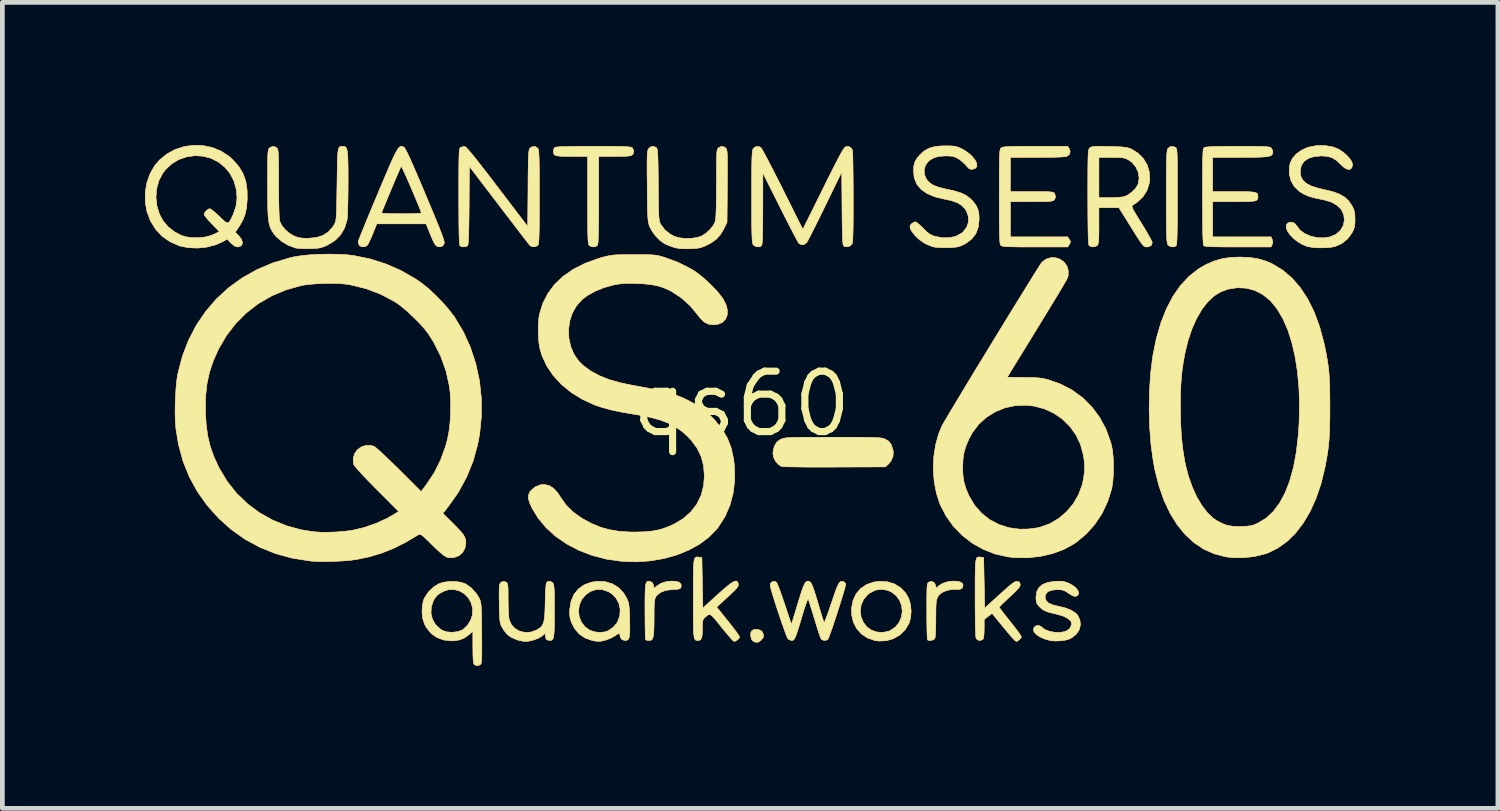
<source format=kicad_pcb>
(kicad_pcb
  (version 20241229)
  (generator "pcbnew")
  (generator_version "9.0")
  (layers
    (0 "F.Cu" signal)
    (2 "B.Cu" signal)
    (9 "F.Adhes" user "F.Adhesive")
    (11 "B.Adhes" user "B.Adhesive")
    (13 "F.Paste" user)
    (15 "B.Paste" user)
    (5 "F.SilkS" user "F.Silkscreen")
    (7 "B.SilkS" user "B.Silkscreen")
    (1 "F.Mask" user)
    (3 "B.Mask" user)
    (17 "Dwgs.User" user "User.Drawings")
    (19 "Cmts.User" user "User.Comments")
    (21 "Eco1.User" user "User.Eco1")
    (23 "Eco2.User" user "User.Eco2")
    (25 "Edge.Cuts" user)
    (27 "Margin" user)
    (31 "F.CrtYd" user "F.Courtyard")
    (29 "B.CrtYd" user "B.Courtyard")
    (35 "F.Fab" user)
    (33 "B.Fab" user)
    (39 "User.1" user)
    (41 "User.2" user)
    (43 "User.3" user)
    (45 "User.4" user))
  (footprint "qs60"
    (layer "F.Cu")
    (at 12.547 5.446)
    (property "Reference" "qs60" (at 0 0 0) (layer "F.SilkS") (effects (font (size 1.27 1.27) (thickness 0.15))))
    (attr through_hole)
    (fp_poly (pts (xy 0.394 4.758) (xy 0.433 4.788) (xy 0.462 4.854) (xy 0.452 4.915) (xy 0.414 4.965) (xy 0.352 5.008) (xy 0.291 5.011) (xy 0.238 4.984) (xy 0.205 4.939) (xy 0.19 4.875) (xy 0.194 4.81) (xy 0.216 4.767) (xy 0.265 4.744) (xy 0.33 4.741) (xy 0.394 4.758)) (stroke (width 0.01) (type solid)) (fill yes) (layer "F.Cu"))
    (fp_poly (pts (xy 9.124 -5.397) (xy 9.134 -5.39) (xy 9.142 -5.38) (xy 9.148 -5.361) (xy 9.153 -5.332) (xy 9.157 -5.287) (xy 9.16 -5.224) (xy 9.162 -5.138) (xy 9.164 -5.027) (xy 9.165 -4.886) (xy 9.165 -4.712) (xy 9.165 -4.501) (xy 9.165 -4.364) (xy 9.165 -4.114) (xy 9.164 -3.904) (xy 9.162 -3.731) (xy 9.16 -3.593) (xy 9.157 -3.486) (xy 9.153 -3.409) (xy 9.148 -3.358) (xy 9.142 -3.332) (xy 9.14 -3.327) (xy 9.09 -3.304) (xy 9.029 -3.307) (xy 8.976 -3.336) (xy 8.965 -3.349) (xy 8.957 -3.365) (xy 8.951 -3.389) (xy 8.946 -3.427) (xy 8.941 -3.481) (xy 8.938 -3.555) (xy 8.936 -3.653) (xy 8.934 -3.779) (xy 8.933 -3.936) (xy 8.932 -4.128) (xy 8.932 -4.359) (xy 8.932 -4.36) (xy 8.932 -4.591) (xy 8.933 -4.783) (xy 8.934 -4.941) (xy 8.936 -5.066) (xy 8.938 -5.165) (xy 8.941 -5.239) (xy 8.946 -5.293) (xy 8.951 -5.331) (xy 8.957 -5.356) (xy 8.965 -5.372) (xy 8.965 -5.372) (xy 9.016 -5.412) (xy 9.081 -5.414) (xy 9.124 -5.397)) (stroke (width 0.01) (type solid)) (fill yes) (layer "F.Cu"))
    (fp_poly (pts (xy 2.159 0.7) (xy 2.354 0.7) (xy 2.515 0.701) (xy 2.644 0.702) (xy 2.747 0.704) (xy 2.827 0.707) (xy 2.887 0.71) (xy 2.933 0.715) (xy 2.967 0.721) (xy 2.994 0.729) (xy 3.017 0.738) (xy 3.022 0.741) (xy 3.094 0.784) (xy 3.141 0.846) (xy 3.154 0.872) (xy 3.189 0.992) (xy 3.184 1.104) (xy 3.137 1.206) (xy 3.081 1.27) (xy 3.023 1.323) (xy 1.951 1.327) (xy 1.741 1.328) (xy 1.542 1.327) (xy 1.36 1.327) (xy 1.198 1.325) (xy 1.061 1.323) (xy 0.953 1.321) (xy 0.877 1.318) (xy 0.839 1.314) (xy 0.836 1.314) (xy 0.773 1.27) (xy 0.714 1.203) (xy 0.679 1.136) (xy 0.658 1.042) (xy 0.671 0.944) (xy 0.698 0.872) (xy 0.742 0.801) (xy 0.803 0.754) (xy 0.83 0.741) (xy 0.853 0.731) (xy 0.879 0.723) (xy 0.911 0.717) (xy 0.953 0.711) (xy 1.01 0.707) (xy 1.085 0.704) (xy 1.182 0.702) (xy 1.305 0.701) (xy 1.457 0.7) (xy 1.643 0.7) (xy 1.867 0.699) (xy 1.926 0.699) (xy 2.159 0.7)) (stroke (width 0.01) (type solid)) (fill yes) (layer "F.Cu"))
    (fp_poly (pts (xy -1.37 3.732) (xy -1.306 3.753) (xy -1.275 3.79) (xy -1.27 3.82) (xy -1.275 3.858) (xy -1.294 3.881) (xy -1.335 3.895) (xy -1.407 3.901) (xy -1.457 3.903) (xy -1.598 3.921) (xy -1.708 3.964) (xy -1.787 4.03) (xy -1.802 4.052) (xy -1.816 4.08) (xy -1.827 4.115) (xy -1.834 4.162) (xy -1.838 4.23) (xy -1.841 4.325) (xy -1.841 4.453) (xy -1.841 4.491) (xy -1.842 4.648) (xy -1.846 4.767) (xy -1.853 4.853) (xy -1.864 4.912) (xy -1.881 4.949) (xy -1.904 4.968) (xy -1.936 4.974) (xy -1.943 4.974) (xy -1.992 4.97) (xy -2.018 4.96) (xy -2.022 4.936) (xy -2.025 4.875) (xy -2.028 4.783) (xy -2.03 4.665) (xy -2.031 4.528) (xy -2.032 4.375) (xy -2.032 4.359) (xy -2.032 4.176) (xy -2.031 4.031) (xy -2.028 3.92) (xy -2.022 3.838) (xy -2.013 3.782) (xy -2 3.748) (xy -1.983 3.73) (xy -1.96 3.726) (xy -1.93 3.731) (xy -1.918 3.734) (xy -1.872 3.763) (xy -1.852 3.812) (xy -1.837 3.877) (xy -1.792 3.834) (xy -1.697 3.772) (xy -1.577 3.735) (xy -1.47 3.725) (xy -1.37 3.732)) (stroke (width 0.01) (type solid)) (fill yes) (layer "F.Cu"))
    (fp_poly (pts (xy 4.557 3.732) (xy 4.62 3.753) (xy 4.652 3.79) (xy 4.657 3.821) (xy 4.639 3.873) (xy 4.59 3.9) (xy 4.515 3.9) (xy 4.438 3.9) (xy 4.348 3.915) (xy 4.264 3.941) (xy 4.203 3.974) (xy 4.201 3.975) (xy 4.162 4.01) (xy 4.133 4.044) (xy 4.112 4.083) (xy 4.098 4.135) (xy 4.09 4.207) (xy 4.086 4.304) (xy 4.085 4.434) (xy 4.085 4.504) (xy 4.084 4.642) (xy 4.081 4.76) (xy 4.075 4.853) (xy 4.069 4.914) (xy 4.063 4.933) (xy 4.029 4.961) (xy 3.976 4.975) (xy 3.926 4.97) (xy 3.909 4.96) (xy 3.905 4.936) (xy 3.902 4.875) (xy 3.899 4.783) (xy 3.897 4.665) (xy 3.895 4.527) (xy 3.895 4.375) (xy 3.895 4.358) (xy 3.895 4.184) (xy 3.895 4.049) (xy 3.897 3.946) (xy 3.899 3.871) (xy 3.903 3.819) (xy 3.909 3.785) (xy 3.917 3.765) (xy 3.927 3.753) (xy 3.938 3.746) (xy 4 3.732) (xy 4.05 3.756) (xy 4.078 3.812) (xy 4.078 3.813) (xy 4.091 3.876) (xy 4.136 3.833) (xy 4.229 3.772) (xy 4.348 3.735) (xy 4.456 3.725) (xy 4.557 3.732)) (stroke (width 0.01) (type solid)) (fill yes) (layer "F.Cu"))
    (fp_poly (pts (xy 3.059 3.738) (xy 3.209 3.782) (xy 3.34 3.861) (xy 3.446 3.971) (xy 3.515 4.091) (xy 3.551 4.213) (xy 3.565 4.35) (xy 3.556 4.486) (xy 3.525 4.604) (xy 3.52 4.615) (xy 3.439 4.75) (xy 3.328 4.857) (xy 3.195 4.934) (xy 3.047 4.979) (xy 2.889 4.986) (xy 2.801 4.974) (xy 2.65 4.923) (xy 2.522 4.839) (xy 2.422 4.727) (xy 2.351 4.591) (xy 2.315 4.436) (xy 2.313 4.353) (xy 2.497 4.353) (xy 2.512 4.476) (xy 2.558 4.59) (xy 2.634 4.688) (xy 2.729 4.756) (xy 2.844 4.796) (xy 2.969 4.804) (xy 3.089 4.781) (xy 3.131 4.763) (xy 3.239 4.687) (xy 3.315 4.591) (xy 3.361 4.48) (xy 3.378 4.361) (xy 3.365 4.243) (xy 3.323 4.131) (xy 3.252 4.033) (xy 3.154 3.956) (xy 3.071 3.919) (xy 2.942 3.897) (xy 2.815 3.915) (xy 2.697 3.974) (xy 2.646 4.014) (xy 2.563 4.114) (xy 2.513 4.23) (xy 2.497 4.353) (xy 2.313 4.353) (xy 2.312 4.298) (xy 2.343 4.135) (xy 2.407 3.995) (xy 2.503 3.882) (xy 2.627 3.798) (xy 2.777 3.746) (xy 2.892 3.73) (xy 3.059 3.738)) (stroke (width 0.01) (type solid)) (fill yes) (layer "F.Cu"))
    (fp_poly (pts (xy -2.913 -5.418) (xy -2.745 -5.418) (xy -2.611 -5.417) (xy -2.507 -5.414) (xy -2.43 -5.411) (xy -2.374 -5.407) (xy -2.336 -5.402) (xy -2.313 -5.395) (xy -2.299 -5.386) (xy -2.298 -5.385) (xy -2.268 -5.329) (xy -2.276 -5.27) (xy -2.298 -5.24) (xy -2.318 -5.227) (xy -2.351 -5.218) (xy -2.405 -5.212) (xy -2.485 -5.209) (xy -2.597 -5.207) (xy -2.669 -5.207) (xy -3.006 -5.207) (xy -3.006 -4.295) (xy -3.006 -4.047) (xy -3.008 -3.834) (xy -3.01 -3.658) (xy -3.014 -3.519) (xy -3.018 -3.419) (xy -3.024 -3.36) (xy -3.028 -3.343) (xy -3.066 -3.311) (xy -3.122 -3.303) (xy -3.179 -3.317) (xy -3.205 -3.335) (xy -3.213 -3.347) (xy -3.22 -3.369) (xy -3.225 -3.403) (xy -3.23 -3.453) (xy -3.233 -3.524) (xy -3.235 -3.618) (xy -3.237 -3.741) (xy -3.238 -3.895) (xy -3.238 -4.084) (xy -3.239 -4.288) (xy -3.239 -5.207) (xy -3.573 -5.207) (xy -3.71 -5.208) (xy -3.809 -5.211) (xy -3.878 -5.218) (xy -3.922 -5.231) (xy -3.946 -5.251) (xy -3.956 -5.28) (xy -3.958 -5.313) (xy -3.949 -5.364) (xy -3.933 -5.393) (xy -3.914 -5.4) (xy -3.87 -5.406) (xy -3.8 -5.411) (xy -3.699 -5.414) (xy -3.565 -5.417) (xy -3.395 -5.418) (xy -3.187 -5.419) (xy -3.119 -5.419) (xy -2.913 -5.418)) (stroke (width 0.01) (type solid)) (fill yes) (layer "F.Cu"))
    (fp_poly (pts (xy -2.866 3.738) (xy -2.716 3.783) (xy -2.586 3.864) (xy -2.479 3.98) (xy -2.421 4.078) (xy -2.399 4.125) (xy -2.383 4.169) (xy -2.372 4.218) (xy -2.365 4.281) (xy -2.359 4.365) (xy -2.355 4.48) (xy -2.354 4.539) (xy -2.351 4.687) (xy -2.352 4.797) (xy -2.358 4.875) (xy -2.37 4.926) (xy -2.391 4.957) (xy -2.42 4.971) (xy -2.455 4.974) (xy -2.516 4.956) (xy -2.552 4.906) (xy -2.561 4.85) (xy -2.564 4.829) (xy -2.579 4.826) (xy -2.614 4.844) (xy -2.666 4.878) (xy -2.754 4.926) (xy -2.856 4.965) (xy -2.955 4.989) (xy -3.023 4.993) (xy -3.066 4.988) (xy -3.128 4.977) (xy -3.147 4.973) (xy -3.288 4.924) (xy -3.412 4.84) (xy -3.512 4.725) (xy -3.578 4.597) (xy -3.604 4.515) (xy -3.616 4.436) (xy -3.616 4.353) (xy -3.43 4.353) (xy -3.415 4.476) (xy -3.369 4.59) (xy -3.292 4.688) (xy -3.198 4.756) (xy -3.095 4.792) (xy -2.98 4.805) (xy -2.871 4.793) (xy -2.809 4.771) (xy -2.695 4.693) (xy -2.615 4.594) (xy -2.609 4.583) (xy -2.562 4.454) (xy -2.554 4.323) (xy -2.58 4.197) (xy -2.64 4.084) (xy -2.73 3.992) (xy -2.801 3.948) (xy -2.931 3.904) (xy -3.057 3.902) (xy -3.177 3.941) (xy -3.281 4.014) (xy -3.364 4.114) (xy -3.413 4.23) (xy -3.43 4.353) (xy -3.616 4.353) (xy -3.616 4.34) (xy -3.614 4.318) (xy -3.587 4.15) (xy -3.526 4.006) (xy -3.433 3.89) (xy -3.312 3.804) (xy -3.164 3.749) (xy -3.035 3.73) (xy -2.866 3.738)) (stroke (width 0.01) (type solid)) (fill yes) (layer "F.Cu"))
    (fp_poly (pts (xy -0.909 3.22) (xy -0.896 3.221) (xy -0.836 3.228) (xy -0.826 3.759) (xy -0.815 4.291) (xy -0.503 4.008) (xy -0.38 3.898) (xy -0.283 3.817) (xy -0.209 3.762) (xy -0.154 3.731) (xy -0.116 3.723) (xy -0.09 3.735) (xy -0.076 3.759) (xy -0.068 3.789) (xy -0.07 3.819) (xy -0.087 3.853) (xy -0.124 3.897) (xy -0.183 3.956) (xy -0.268 4.036) (xy -0.294 4.06) (xy -0.524 4.272) (xy -0.283 4.571) (xy -0.206 4.669) (xy -0.139 4.756) (xy -0.087 4.828) (xy -0.053 4.878) (xy -0.042 4.9) (xy -0.058 4.933) (xy -0.089 4.962) (xy -0.131 4.989) (xy -0.157 4.992) (xy -0.181 4.979) (xy -0.201 4.958) (xy -0.243 4.91) (xy -0.302 4.84) (xy -0.373 4.755) (xy -0.432 4.682) (xy -0.516 4.579) (xy -0.578 4.505) (xy -0.623 4.457) (xy -0.658 4.433) (xy -0.687 4.429) (xy -0.715 4.442) (xy -0.749 4.47) (xy -0.778 4.495) (xy -0.801 4.519) (xy -0.815 4.55) (xy -0.822 4.596) (xy -0.825 4.668) (xy -0.826 4.73) (xy -0.828 4.837) (xy -0.837 4.908) (xy -0.856 4.95) (xy -0.886 4.97) (xy -0.921 4.974) (xy -0.944 4.973) (xy -0.963 4.968) (xy -0.979 4.955) (xy -0.991 4.931) (xy -1 4.89) (xy -1.007 4.831) (xy -1.011 4.748) (xy -1.014 4.639) (xy -1.015 4.498) (xy -1.016 4.324) (xy -1.016 4.11) (xy -1.016 4.094) (xy -1.016 3.877) (xy -1.016 3.699) (xy -1.014 3.556) (xy -1.011 3.444) (xy -1.007 3.359) (xy -1 3.298) (xy -0.989 3.257) (xy -0.976 3.233) (xy -0.958 3.221) (xy -0.936 3.217) (xy -0.909 3.22)) (stroke (width 0.01) (type solid)) (fill yes) (layer "F.Cu"))
    (fp_poly (pts (xy 5.021 3.22) (xy 5.031 3.221) (xy 5.091 3.228) (xy 5.101 3.76) (xy 5.112 4.293) (xy 5.426 4.008) (xy 5.537 3.908) (xy 5.621 3.834) (xy 5.685 3.782) (xy 5.731 3.75) (xy 5.765 3.733) (xy 5.791 3.729) (xy 5.796 3.729) (xy 5.841 3.746) (xy 5.859 3.788) (xy 5.859 3.791) (xy 5.857 3.818) (xy 5.842 3.849) (xy 5.81 3.889) (xy 5.757 3.945) (xy 5.677 4.022) (xy 5.642 4.054) (xy 5.563 4.129) (xy 5.495 4.193) (xy 5.446 4.243) (xy 5.421 4.271) (xy 5.419 4.276) (xy 5.431 4.296) (xy 5.466 4.344) (xy 5.52 4.413) (xy 5.587 4.499) (xy 5.652 4.58) (xy 5.727 4.676) (xy 5.793 4.761) (xy 5.844 4.832) (xy 5.875 4.88) (xy 5.884 4.899) (xy 5.869 4.93) (xy 5.833 4.966) (xy 5.794 4.991) (xy 5.778 4.995) (xy 5.757 4.981) (xy 5.72 4.946) (xy 5.702 4.927) (xy 5.664 4.884) (xy 5.608 4.818) (xy 5.539 4.735) (xy 5.465 4.645) (xy 5.452 4.63) (xy 5.267 4.402) (xy 5.101 4.533) (xy 5.101 4.728) (xy 5.098 4.836) (xy 5.09 4.91) (xy 5.076 4.948) (xy 5.076 4.949) (xy 5.028 4.972) (xy 4.974 4.967) (xy 4.934 4.936) (xy 4.933 4.933) (xy 4.926 4.9) (xy 4.921 4.826) (xy 4.917 4.713) (xy 4.914 4.563) (xy 4.912 4.376) (xy 4.911 4.156) (xy 4.911 4.079) (xy 4.911 3.864) (xy 4.911 3.688) (xy 4.913 3.546) (xy 4.915 3.436) (xy 4.92 3.353) (xy 4.928 3.294) (xy 4.938 3.254) (xy 4.952 3.231) (xy 4.97 3.22) (xy 4.993 3.218) (xy 5.021 3.22)) (stroke (width 0.01) (type solid)) (fill yes) (layer "F.Cu"))
    (fp_poly (pts (xy 6.777 3.735) (xy 6.845 3.756) (xy 6.873 3.767) (xy 6.963 3.815) (xy 7.032 3.871) (xy 7.075 3.927) (xy 7.089 3.98) (xy 7.072 4.022) (xy 7.036 4.044) (xy 6.999 4.046) (xy 6.949 4.026) (xy 6.88 3.983) (xy 6.812 3.939) (xy 6.757 3.915) (xy 6.693 3.906) (xy 6.635 3.905) (xy 6.519 3.916) (xy 6.438 3.949) (xy 6.393 4.004) (xy 6.382 4.065) (xy 6.4 4.132) (xy 6.455 4.186) (xy 6.549 4.227) (xy 6.662 4.254) (xy 6.8 4.287) (xy 6.919 4.332) (xy 7.011 4.386) (xy 7.064 4.437) (xy 7.114 4.541) (xy 7.126 4.647) (xy 7.1 4.749) (xy 7.04 4.84) (xy 6.947 4.915) (xy 6.889 4.944) (xy 6.809 4.967) (xy 6.705 4.981) (xy 6.597 4.985) (xy 6.503 4.978) (xy 6.488 4.975) (xy 6.367 4.94) (xy 6.268 4.895) (xy 6.193 4.844) (xy 6.148 4.789) (xy 6.137 4.734) (xy 6.162 4.683) (xy 6.164 4.682) (xy 6.213 4.659) (xy 6.271 4.665) (xy 6.31 4.692) (xy 6.376 4.743) (xy 6.469 4.78) (xy 6.578 4.801) (xy 6.689 4.805) (xy 6.789 4.789) (xy 6.852 4.763) (xy 6.907 4.713) (xy 6.937 4.651) (xy 6.936 4.591) (xy 6.928 4.574) (xy 6.867 4.514) (xy 6.765 4.462) (xy 6.624 4.42) (xy 6.602 4.415) (xy 6.489 4.389) (xy 6.406 4.362) (xy 6.344 4.331) (xy 6.291 4.291) (xy 6.255 4.255) (xy 6.217 4.209) (xy 6.198 4.164) (xy 6.192 4.101) (xy 6.191 4.068) (xy 6.206 3.951) (xy 6.253 3.861) (xy 6.332 3.794) (xy 6.445 3.751) (xy 6.593 3.73) (xy 6.606 3.729) (xy 6.703 3.727) (xy 6.777 3.735)) (stroke (width 0.01) (type solid)) (fill yes) (layer "F.Cu"))
    (fp_poly (pts (xy 6.889 -5.371) (xy 6.91 -5.307) (xy 6.893 -5.249) (xy 6.845 -5.21) (xy 6.803 -5.201) (xy 6.72 -5.194) (xy 6.595 -5.19) (xy 6.43 -5.187) (xy 6.225 -5.186) (xy 5.652 -5.186) (xy 5.652 -4.466) (xy 6.106 -4.466) (xy 6.256 -4.466) (xy 6.369 -4.465) (xy 6.452 -4.463) (xy 6.508 -4.459) (xy 6.544 -4.453) (xy 6.565 -4.444) (xy 6.578 -4.433) (xy 6.582 -4.425) (xy 6.603 -4.359) (xy 6.584 -4.304) (xy 6.571 -4.288) (xy 6.554 -4.276) (xy 6.525 -4.268) (xy 6.478 -4.262) (xy 6.409 -4.258) (xy 6.312 -4.256) (xy 6.18 -4.255) (xy 6.094 -4.255) (xy 5.652 -4.255) (xy 5.652 -3.514) (xy 6.857 -3.514) (xy 6.892 -3.461) (xy 6.914 -3.419) (xy 6.91 -3.387) (xy 6.892 -3.355) (xy 6.857 -3.302) (xy 6.171 -3.302) (xy 5.979 -3.302) (xy 5.826 -3.303) (xy 5.706 -3.305) (xy 5.615 -3.307) (xy 5.549 -3.311) (xy 5.504 -3.316) (xy 5.474 -3.323) (xy 5.457 -3.331) (xy 5.452 -3.335) (xy 5.444 -3.347) (xy 5.438 -3.368) (xy 5.432 -3.401) (xy 5.428 -3.45) (xy 5.425 -3.518) (xy 5.422 -3.61) (xy 5.421 -3.729) (xy 5.42 -3.878) (xy 5.419 -4.062) (xy 5.419 -4.283) (xy 5.419 -4.359) (xy 5.419 -4.59) (xy 5.419 -4.782) (xy 5.42 -4.939) (xy 5.421 -5.065) (xy 5.423 -5.164) (xy 5.426 -5.238) (xy 5.429 -5.293) (xy 5.434 -5.331) (xy 5.44 -5.356) (xy 5.447 -5.372) (xy 5.456 -5.383) (xy 5.457 -5.384) (xy 5.472 -5.393) (xy 5.495 -5.401) (xy 5.531 -5.407) (xy 5.584 -5.412) (xy 5.658 -5.415) (xy 5.759 -5.417) (xy 5.891 -5.418) (xy 6.057 -5.419) (xy 6.177 -5.419) (xy 6.857 -5.419) (xy 6.889 -5.371)) (stroke (width 0.01) (type solid)) (fill yes) (layer "F.Cu"))
    (fp_poly (pts (xy -5.91 3.749) (xy -5.814 3.78) (xy -5.806 3.784) (xy -5.685 3.869) (xy -5.581 3.983) (xy -5.52 4.082) (xy -5.506 4.112) (xy -5.495 4.142) (xy -5.487 4.177) (xy -5.48 4.224) (xy -5.475 4.286) (xy -5.472 4.369) (xy -5.469 4.479) (xy -5.467 4.62) (xy -5.465 4.798) (xy -5.465 4.812) (xy -5.464 5.009) (xy -5.464 5.168) (xy -5.465 5.29) (xy -5.469 5.379) (xy -5.474 5.437) (xy -5.481 5.468) (xy -5.484 5.473) (xy -5.529 5.499) (xy -5.585 5.499) (xy -5.626 5.478) (xy -5.637 5.449) (xy -5.645 5.385) (xy -5.65 5.285) (xy -5.651 5.145) (xy -5.652 5.116) (xy -5.652 4.779) (xy -5.729 4.848) (xy -5.828 4.92) (xy -5.93 4.962) (xy -6.051 4.98) (xy -6.107 4.982) (xy -6.271 4.963) (xy -6.416 4.908) (xy -6.538 4.818) (xy -6.634 4.695) (xy -6.671 4.625) (xy -6.707 4.509) (xy -6.719 4.399) (xy -6.533 4.399) (xy -6.503 4.526) (xy -6.438 4.639) (xy -6.339 4.732) (xy -6.289 4.764) (xy -6.197 4.794) (xy -6.086 4.802) (xy -5.975 4.789) (xy -5.879 4.755) (xy -5.857 4.742) (xy -5.765 4.655) (xy -5.696 4.544) (xy -5.66 4.427) (xy -5.658 4.295) (xy -5.691 4.175) (xy -5.752 4.071) (xy -5.837 3.988) (xy -5.938 3.93) (xy -6.052 3.902) (xy -6.172 3.908) (xy -6.256 3.935) (xy -6.348 3.982) (xy -6.411 4.032) (xy -6.459 4.096) (xy -6.48 4.133) (xy -6.526 4.266) (xy -6.533 4.399) (xy -6.719 4.399) (xy -6.721 4.376) (xy -6.715 4.242) (xy -6.688 4.122) (xy -6.672 4.083) (xy -6.588 3.955) (xy -6.474 3.846) (xy -6.373 3.784) (xy -6.275 3.751) (xy -6.156 3.735) (xy -6.029 3.734) (xy -5.91 3.749)) (stroke (width 0.01) (type solid)) (fill yes) (layer "F.Cu"))
    (fp_poly (pts (xy -4.006 3.738) (xy -3.972 3.764) (xy -3.961 3.78) (xy -3.953 3.805) (xy -3.947 3.845) (xy -3.942 3.903) (xy -3.939 3.986) (xy -3.938 4.098) (xy -3.937 4.243) (xy -3.937 4.353) (xy -3.937 4.533) (xy -3.939 4.674) (xy -3.942 4.783) (xy -3.949 4.862) (xy -3.959 4.916) (xy -3.973 4.95) (xy -3.993 4.967) (xy -4.019 4.973) (xy -4.052 4.971) (xy -4.054 4.971) (xy -4.099 4.959) (xy -4.118 4.929) (xy -4.124 4.894) (xy -4.13 4.825) (xy -4.193 4.878) (xy -4.269 4.924) (xy -4.369 4.963) (xy -4.475 4.988) (xy -4.549 4.995) (xy -4.614 4.987) (xy -4.694 4.969) (xy -4.736 4.956) (xy -4.845 4.908) (xy -4.929 4.847) (xy -4.999 4.761) (xy -5.043 4.688) (xy -5.06 4.654) (xy -5.072 4.617) (xy -5.082 4.57) (xy -5.088 4.505) (xy -5.092 4.416) (xy -5.096 4.295) (xy -5.097 4.227) (xy -5.099 4.102) (xy -5.1 3.988) (xy -5.098 3.894) (xy -5.096 3.828) (xy -5.093 3.8) (xy -5.062 3.751) (xy -5.01 3.732) (xy -4.954 3.746) (xy -4.938 3.757) (xy -4.926 3.774) (xy -4.919 3.805) (xy -4.914 3.854) (xy -4.911 3.929) (xy -4.911 4.037) (xy -4.911 4.112) (xy -4.909 4.236) (xy -4.905 4.351) (xy -4.899 4.448) (xy -4.892 4.517) (xy -4.887 4.54) (xy -4.839 4.646) (xy -4.761 4.727) (xy -4.662 4.781) (xy -4.549 4.805) (xy -4.429 4.797) (xy -4.316 4.756) (xy -4.259 4.723) (xy -4.216 4.687) (xy -4.184 4.643) (xy -4.162 4.585) (xy -4.147 4.506) (xy -4.138 4.4) (xy -4.133 4.262) (xy -4.131 4.17) (xy -4.127 4.033) (xy -4.122 3.917) (xy -4.115 3.827) (xy -4.108 3.77) (xy -4.102 3.752) (xy -4.058 3.727) (xy -4.006 3.738)) (stroke (width 0.01) (type solid)) (fill yes) (layer "F.Cu"))
    (fp_poly (pts (xy 10.627 -5.419) (xy 10.775 -5.418) (xy 10.89 -5.417) (xy 10.976 -5.415) (xy 11.039 -5.411) (xy 11.082 -5.406) (xy 11.11 -5.4) (xy 11.128 -5.391) (xy 11.141 -5.38) (xy 11.143 -5.378) (xy 11.169 -5.328) (xy 11.172 -5.289) (xy 11.165 -5.26) (xy 11.151 -5.238) (xy 11.123 -5.22) (xy 11.08 -5.207) (xy 11.015 -5.198) (xy 10.925 -5.192) (xy 10.805 -5.188) (xy 10.651 -5.187) (xy 10.483 -5.186) (xy 9.906 -5.186) (xy 9.906 -4.466) (xy 10.357 -4.466) (xy 10.515 -4.466) (xy 10.636 -4.464) (xy 10.725 -4.46) (xy 10.786 -4.452) (xy 10.825 -4.439) (xy 10.847 -4.421) (xy 10.856 -4.397) (xy 10.858 -4.364) (xy 10.858 -4.36) (xy 10.857 -4.327) (xy 10.848 -4.301) (xy 10.828 -4.283) (xy 10.791 -4.27) (xy 10.732 -4.262) (xy 10.646 -4.257) (xy 10.529 -4.255) (xy 10.374 -4.255) (xy 10.357 -4.255) (xy 9.906 -4.255) (xy 9.906 -3.514) (xy 11.135 -3.514) (xy 11.159 -3.461) (xy 11.172 -3.401) (xy 11.159 -3.355) (xy 11.135 -3.302) (xy 10.44 -3.302) (xy 10.233 -3.302) (xy 10.066 -3.304) (xy 9.936 -3.306) (xy 9.839 -3.31) (xy 9.772 -3.315) (xy 9.733 -3.322) (xy 9.72 -3.327) (xy 9.713 -3.345) (xy 9.708 -3.385) (xy 9.704 -3.451) (xy 9.7 -3.545) (xy 9.698 -3.671) (xy 9.696 -3.829) (xy 9.695 -4.024) (xy 9.694 -4.257) (xy 9.694 -4.364) (xy 9.694 -4.597) (xy 9.695 -4.791) (xy 9.695 -4.95) (xy 9.696 -5.078) (xy 9.698 -5.178) (xy 9.701 -5.254) (xy 9.704 -5.308) (xy 9.708 -5.346) (xy 9.714 -5.371) (xy 9.721 -5.385) (xy 9.73 -5.393) (xy 9.735 -5.397) (xy 9.769 -5.403) (xy 9.843 -5.409) (xy 9.954 -5.413) (xy 10.1 -5.416) (xy 10.279 -5.418) (xy 10.441 -5.419) (xy 10.627 -5.419)) (stroke (width 0.01) (type solid)) (fill yes) (layer "F.Cu"))
    (fp_poly (pts (xy -4.335 -5.411) (xy -4.29 -5.38) (xy -4.281 -5.368) (xy -4.274 -5.348) (xy -4.269 -5.317) (xy -4.264 -5.272) (xy -4.261 -5.209) (xy -4.258 -5.123) (xy -4.257 -5.012) (xy -4.255 -4.872) (xy -4.255 -4.699) (xy -4.255 -4.489) (xy -4.255 -4.355) (xy -4.255 -4.122) (xy -4.255 -3.928) (xy -4.256 -3.769) (xy -4.258 -3.642) (xy -4.26 -3.543) (xy -4.263 -3.467) (xy -4.267 -3.413) (xy -4.272 -3.376) (xy -4.278 -3.352) (xy -4.285 -3.338) (xy -4.288 -3.335) (xy -4.341 -3.307) (xy -4.402 -3.306) (xy -4.449 -3.33) (xy -4.467 -3.352) (xy -4.508 -3.405) (xy -4.57 -3.484) (xy -4.649 -3.587) (xy -4.743 -3.71) (xy -4.85 -3.85) (xy -4.968 -4.003) (xy -5.092 -4.166) (xy -5.101 -4.178) (xy -5.726 -4.997) (xy -5.731 -4.178) (xy -5.733 -3.938) (xy -5.736 -3.74) (xy -5.74 -3.582) (xy -5.745 -3.463) (xy -5.75 -3.382) (xy -5.757 -3.339) (xy -5.76 -3.33) (xy -5.802 -3.308) (xy -5.86 -3.304) (xy -5.911 -3.319) (xy -5.922 -3.327) (xy -5.929 -3.345) (xy -5.934 -3.385) (xy -5.938 -3.451) (xy -5.942 -3.545) (xy -5.944 -3.671) (xy -5.946 -3.829) (xy -5.947 -4.024) (xy -5.948 -4.257) (xy -5.948 -4.364) (xy -5.948 -4.597) (xy -5.948 -4.791) (xy -5.947 -4.95) (xy -5.946 -5.077) (xy -5.944 -5.177) (xy -5.942 -5.253) (xy -5.939 -5.307) (xy -5.934 -5.345) (xy -5.928 -5.37) (xy -5.921 -5.385) (xy -5.913 -5.393) (xy -5.904 -5.399) (xy -5.849 -5.413) (xy -5.813 -5.411) (xy -5.789 -5.391) (xy -5.74 -5.337) (xy -5.668 -5.252) (xy -5.574 -5.136) (xy -5.459 -4.989) (xy -5.323 -4.814) (xy -5.168 -4.611) (xy -5.133 -4.565) (xy -4.498 -3.731) (xy -4.492 -4.536) (xy -4.491 -4.745) (xy -4.489 -4.915) (xy -4.487 -5.051) (xy -4.484 -5.157) (xy -4.481 -5.237) (xy -4.476 -5.294) (xy -4.471 -5.334) (xy -4.464 -5.36) (xy -4.455 -5.376) (xy -4.452 -5.38) (xy -4.397 -5.414) (xy -4.335 -5.411)) (stroke (width 0.01) (type solid)) (fill yes) (layer "F.Cu"))
    (fp_poly (pts (xy 12.43 -5.407) (xy 12.535 -5.368) (xy 12.621 -5.317) (xy 12.703 -5.252) (xy 12.774 -5.179) (xy 12.825 -5.109) (xy 12.848 -5.049) (xy 12.848 -5.04) (xy 12.835 -4.972) (xy 12.8 -4.937) (xy 12.747 -4.934) (xy 12.682 -4.964) (xy 12.611 -5.027) (xy 12.609 -5.029) (xy 12.513 -5.121) (xy 12.42 -5.179) (xy 12.314 -5.209) (xy 12.192 -5.217) (xy 12.039 -5.203) (xy 11.917 -5.164) (xy 11.827 -5.1) (xy 11.77 -5.012) (xy 11.748 -4.901) (xy 11.748 -4.887) (xy 11.76 -4.791) (xy 11.799 -4.71) (xy 11.869 -4.643) (xy 11.971 -4.588) (xy 12.11 -4.541) (xy 12.253 -4.508) (xy 12.428 -4.466) (xy 12.567 -4.416) (xy 12.676 -4.354) (xy 12.762 -4.277) (xy 12.83 -4.18) (xy 12.838 -4.167) (xy 12.871 -4.102) (xy 12.889 -4.043) (xy 12.898 -3.976) (xy 12.9 -3.884) (xy 12.898 -3.791) (xy 12.889 -3.723) (xy 12.87 -3.665) (xy 12.837 -3.599) (xy 12.745 -3.473) (xy 12.625 -3.376) (xy 12.484 -3.313) (xy 12.388 -3.294) (xy 12.267 -3.285) (xy 12.137 -3.284) (xy 12.013 -3.292) (xy 11.912 -3.309) (xy 11.893 -3.314) (xy 11.79 -3.356) (xy 11.693 -3.414) (xy 11.607 -3.482) (xy 11.536 -3.556) (xy 11.484 -3.63) (xy 11.455 -3.699) (xy 11.453 -3.759) (xy 11.483 -3.803) (xy 11.495 -3.811) (xy 11.562 -3.826) (xy 11.626 -3.803) (xy 11.671 -3.751) (xy 11.742 -3.658) (xy 11.843 -3.583) (xy 11.966 -3.53) (xy 12.1 -3.499) (xy 12.239 -3.493) (xy 12.372 -3.513) (xy 12.491 -3.563) (xy 12.507 -3.573) (xy 12.596 -3.653) (xy 12.653 -3.752) (xy 12.676 -3.862) (xy 12.665 -3.975) (xy 12.618 -4.08) (xy 12.601 -4.102) (xy 12.514 -4.184) (xy 12.396 -4.248) (xy 12.242 -4.294) (xy 12.18 -4.306) (xy 12.028 -4.338) (xy 11.908 -4.375) (xy 11.808 -4.422) (xy 11.724 -4.476) (xy 11.622 -4.575) (xy 11.553 -4.698) (xy 11.519 -4.837) (xy 11.521 -4.987) (xy 11.538 -5.069) (xy 11.585 -5.167) (xy 11.666 -5.258) (xy 11.773 -5.336) (xy 11.899 -5.393) (xy 11.917 -5.399) (xy 12.09 -5.434) (xy 12.265 -5.436) (xy 12.43 -5.407)) (stroke (width 0.01) (type solid)) (fill yes) (layer "F.Cu"))
    (fp_poly (pts (xy -7.142 -5.417) (xy -7.119 -5.409) (xy -7.107 -5.403) (xy -7.092 -5.39) (xy -7.072 -5.36) (xy -7.045 -5.311) (xy -7.01 -5.239) (xy -6.965 -5.142) (xy -6.91 -5.018) (xy -6.843 -4.863) (xy -6.762 -4.675) (xy -6.667 -4.45) (xy -6.648 -4.404) (xy -6.554 -4.18) (xy -6.475 -3.992) (xy -6.411 -3.835) (xy -6.359 -3.708) (xy -6.32 -3.607) (xy -6.291 -3.529) (xy -6.271 -3.47) (xy -6.259 -3.427) (xy -6.254 -3.397) (xy -6.255 -3.376) (xy -6.257 -3.37) (xy -6.286 -3.324) (xy -6.34 -3.306) (xy -6.341 -3.306) (xy -6.381 -3.307) (xy -6.415 -3.321) (xy -6.446 -3.354) (xy -6.48 -3.413) (xy -6.52 -3.502) (xy -6.553 -3.582) (xy -6.636 -3.788) (xy -7.673 -3.788) (xy -7.756 -3.582) (xy -7.793 -3.492) (xy -7.829 -3.414) (xy -7.857 -3.359) (xy -7.87 -3.339) (xy -7.917 -3.309) (xy -7.975 -3.304) (xy -8.025 -3.322) (xy -8.043 -3.343) (xy -8.061 -3.389) (xy -8.065 -3.412) (xy -8.057 -3.436) (xy -8.034 -3.496) (xy -7.998 -3.587) (xy -7.95 -3.705) (xy -7.892 -3.847) (xy -7.825 -4.009) (xy -7.817 -4.027) (xy -7.571 -4.027) (xy -7.566 -4.018) (xy -7.539 -4.011) (xy -7.487 -4.006) (xy -7.404 -4.003) (xy -7.287 -4.001) (xy -7.155 -4) (xy -7.01 -4.001) (xy -6.892 -4.004) (xy -6.804 -4.008) (xy -6.75 -4.014) (xy -6.735 -4.02) (xy -6.76 -4.088) (xy -6.796 -4.178) (xy -6.84 -4.285) (xy -6.889 -4.402) (xy -6.941 -4.523) (xy -6.993 -4.643) (xy -7.042 -4.755) (xy -7.086 -4.852) (xy -7.121 -4.93) (xy -7.147 -4.981) (xy -7.158 -4.999) (xy -7.159 -4.999) (xy -7.171 -4.976) (xy -7.197 -4.92) (xy -7.233 -4.835) (xy -7.279 -4.728) (xy -7.331 -4.605) (xy -7.367 -4.519) (xy -7.422 -4.387) (xy -7.472 -4.267) (xy -7.514 -4.165) (xy -7.546 -4.088) (xy -7.566 -4.039) (xy -7.571 -4.027) (xy -7.817 -4.027) (xy -7.751 -4.187) (xy -7.671 -4.377) (xy -7.657 -4.411) (xy -7.561 -4.639) (xy -7.48 -4.831) (xy -7.412 -4.99) (xy -7.355 -5.119) (xy -7.308 -5.22) (xy -7.269 -5.297) (xy -7.237 -5.352) (xy -7.21 -5.389) (xy -7.186 -5.41) (xy -7.164 -5.418) (xy -7.142 -5.417)) (stroke (width 0.01) (type solid)) (fill yes) (layer "F.Cu"))
    (fp_poly (pts (xy -11.326 -5.434) (xy -11.132 -5.393) (xy -10.948 -5.318) (xy -10.779 -5.208) (xy -10.697 -5.134) (xy -10.574 -4.992) (xy -10.484 -4.843) (xy -10.427 -4.68) (xy -10.4 -4.496) (xy -10.398 -4.31) (xy -10.41 -4.145) (xy -10.437 -4.007) (xy -10.482 -3.884) (xy -10.549 -3.762) (xy -10.575 -3.722) (xy -10.649 -3.613) (xy -10.574 -3.536) (xy -10.52 -3.465) (xy -10.499 -3.399) (xy -10.509 -3.346) (xy -10.55 -3.312) (xy -10.604 -3.302) (xy -10.663 -3.321) (xy -10.734 -3.378) (xy -10.74 -3.384) (xy -10.82 -3.467) (xy -10.908 -3.416) (xy -11.067 -3.345) (xy -11.249 -3.299) (xy -11.441 -3.279) (xy -11.631 -3.286) (xy -11.807 -3.321) (xy -11.833 -3.329) (xy -12.026 -3.415) (xy -12.19 -3.53) (xy -12.326 -3.677) (xy -12.435 -3.855) (xy -12.439 -3.865) (xy -12.509 -4.055) (xy -12.542 -4.255) (xy -12.542 -4.345) (xy -12.317 -4.345) (xy -12.297 -4.163) (xy -12.242 -3.988) (xy -12.161 -3.842) (xy -12.056 -3.721) (xy -11.925 -3.619) (xy -11.78 -3.544) (xy -11.69 -3.516) (xy -11.572 -3.499) (xy -11.436 -3.496) (xy -11.305 -3.508) (xy -11.217 -3.526) (xy -11.141 -3.552) (xy -11.073 -3.58) (xy -11.044 -3.594) (xy -10.986 -3.628) (xy -11.145 -3.791) (xy -11.21 -3.861) (xy -11.262 -3.922) (xy -11.295 -3.968) (xy -11.303 -3.987) (xy -11.286 -4.032) (xy -11.246 -4.076) (xy -11.2 -4.104) (xy -11.184 -4.106) (xy -11.156 -4.092) (xy -11.105 -4.054) (xy -11.041 -3.998) (xy -10.983 -3.944) (xy -10.905 -3.869) (xy -10.85 -3.823) (xy -10.811 -3.808) (xy -10.779 -3.824) (xy -10.747 -3.872) (xy -10.707 -3.953) (xy -10.698 -3.972) (xy -10.636 -4.149) (xy -10.612 -4.331) (xy -10.627 -4.514) (xy -10.677 -4.69) (xy -10.763 -4.853) (xy -10.862 -4.973) (xy -11.002 -5.088) (xy -11.159 -5.167) (xy -11.327 -5.211) (xy -11.499 -5.222) (xy -11.67 -5.198) (xy -11.834 -5.142) (xy -11.984 -5.052) (xy -12.114 -4.931) (xy -12.171 -4.858) (xy -12.254 -4.701) (xy -12.303 -4.527) (xy -12.317 -4.345) (xy -12.542 -4.345) (xy -12.542 -4.458) (xy -12.507 -4.656) (xy -12.441 -4.843) (xy -12.343 -5.013) (xy -12.246 -5.127) (xy -12.088 -5.257) (xy -11.911 -5.353) (xy -11.721 -5.414) (xy -11.524 -5.441) (xy -11.326 -5.434)) (stroke (width 0.01) (type solid)) (fill yes) (layer "F.Cu"))
    (fp_poly (pts (xy 7.681 -5.416) (xy 7.73 -5.415) (xy 7.869 -5.411) (xy 7.973 -5.407) (xy 8.05 -5.4) (xy 8.107 -5.391) (xy 8.153 -5.379) (xy 8.193 -5.363) (xy 8.335 -5.276) (xy 8.449 -5.162) (xy 8.53 -5.027) (xy 8.575 -4.876) (xy 8.583 -4.714) (xy 8.573 -4.641) (xy 8.525 -4.489) (xy 8.44 -4.356) (xy 8.316 -4.241) (xy 8.224 -4.18) (xy 8.213 -4.169) (xy 8.211 -4.151) (xy 8.22 -4.122) (xy 8.243 -4.075) (xy 8.282 -4.007) (xy 8.339 -3.912) (xy 8.411 -3.797) (xy 8.48 -3.685) (xy 8.54 -3.582) (xy 8.589 -3.496) (xy 8.622 -3.433) (xy 8.636 -3.397) (xy 8.636 -3.395) (xy 8.619 -3.339) (xy 8.568 -3.308) (xy 8.518 -3.302) (xy 8.495 -3.304) (xy 8.474 -3.311) (xy 8.451 -3.329) (xy 8.423 -3.361) (xy 8.386 -3.412) (xy 8.336 -3.487) (xy 8.271 -3.589) (xy 8.193 -3.715) (xy 7.935 -4.128) (xy 7.514 -4.128) (xy 7.514 -3.748) (xy 7.514 -3.608) (xy 7.512 -3.505) (xy 7.508 -3.431) (xy 7.502 -3.383) (xy 7.492 -3.352) (xy 7.481 -3.335) (xy 7.431 -3.308) (xy 7.371 -3.304) (xy 7.321 -3.323) (xy 7.303 -3.343) (xy 7.297 -3.376) (xy 7.293 -3.449) (xy 7.288 -3.563) (xy 7.285 -3.717) (xy 7.283 -3.908) (xy 7.282 -4.136) (xy 7.281 -4.366) (xy 7.281 -4.596) (xy 7.282 -4.787) (xy 7.282 -4.943) (xy 7.284 -5.068) (xy 7.285 -5.165) (xy 7.286 -5.186) (xy 7.514 -5.186) (xy 7.514 -4.339) (xy 7.742 -4.339) (xy 7.845 -4.341) (xy 7.942 -4.347) (xy 8.018 -4.356) (xy 8.051 -4.362) (xy 8.13 -4.399) (xy 8.212 -4.46) (xy 8.284 -4.534) (xy 8.333 -4.609) (xy 8.341 -4.629) (xy 8.36 -4.751) (xy 8.342 -4.874) (xy 8.29 -4.987) (xy 8.209 -5.083) (xy 8.13 -5.137) (xy 8.086 -5.158) (xy 8.041 -5.172) (xy 7.986 -5.18) (xy 7.911 -5.184) (xy 7.806 -5.186) (xy 7.775 -5.186) (xy 7.514 -5.186) (xy 7.286 -5.186) (xy 7.288 -5.239) (xy 7.292 -5.293) (xy 7.296 -5.33) (xy 7.302 -5.355) (xy 7.31 -5.372) (xy 7.319 -5.383) (xy 7.322 -5.386) (xy 7.341 -5.399) (xy 7.368 -5.409) (xy 7.409 -5.415) (xy 7.47 -5.418) (xy 7.559 -5.418) (xy 7.681 -5.416)) (stroke (width 0.01) (type solid)) (fill yes) (layer "F.Cu"))
    (fp_poly (pts (xy -1.793 -5.392) (xy -1.784 -5.382) (xy -1.777 -5.362) (xy -1.77 -5.33) (xy -1.766 -5.281) (xy -1.762 -5.211) (xy -1.759 -5.116) (xy -1.756 -4.991) (xy -1.754 -4.832) (xy -1.753 -4.636) (xy -1.752 -4.614) (xy -1.751 -4.416) (xy -1.749 -4.255) (xy -1.747 -4.127) (xy -1.744 -4.028) (xy -1.741 -3.953) (xy -1.736 -3.897) (xy -1.73 -3.856) (xy -1.722 -3.825) (xy -1.712 -3.8) (xy -1.7 -3.776) (xy -1.614 -3.661) (xy -1.494 -3.567) (xy -1.418 -3.527) (xy -1.316 -3.496) (xy -1.191 -3.481) (xy -1.059 -3.483) (xy -0.936 -3.501) (xy -0.842 -3.532) (xy -0.748 -3.592) (xy -0.661 -3.672) (xy -0.592 -3.76) (xy -0.552 -3.845) (xy -0.545 -3.891) (xy -0.54 -3.976) (xy -0.535 -4.097) (xy -0.532 -4.251) (xy -0.53 -4.434) (xy -0.529 -4.638) (xy -0.529 -4.831) (xy -0.529 -4.986) (xy -0.527 -5.107) (xy -0.525 -5.2) (xy -0.522 -5.268) (xy -0.518 -5.315) (xy -0.512 -5.347) (xy -0.504 -5.367) (xy -0.494 -5.38) (xy -0.49 -5.384) (xy -0.43 -5.415) (xy -0.368 -5.407) (xy -0.33 -5.379) (xy -0.321 -5.365) (xy -0.313 -5.345) (xy -0.307 -5.314) (xy -0.303 -5.267) (xy -0.3 -5.201) (xy -0.299 -5.112) (xy -0.298 -4.994) (xy -0.299 -4.844) (xy -0.3 -4.658) (xy -0.301 -4.579) (xy -0.307 -3.82) (xy -0.376 -3.679) (xy -0.447 -3.559) (xy -0.533 -3.465) (xy -0.644 -3.386) (xy -0.74 -3.336) (xy -0.809 -3.306) (xy -0.87 -3.286) (xy -0.936 -3.274) (xy -1.02 -3.268) (xy -1.101 -3.265) (xy -1.223 -3.265) (xy -1.316 -3.271) (xy -1.394 -3.285) (xy -1.439 -3.298) (xy -1.517 -3.327) (xy -1.59 -3.356) (xy -1.621 -3.371) (xy -1.709 -3.433) (xy -1.798 -3.521) (xy -1.876 -3.622) (xy -1.93 -3.722) (xy -1.931 -3.723) (xy -1.943 -3.757) (xy -1.954 -3.79) (xy -1.962 -3.828) (xy -1.968 -3.876) (xy -1.973 -3.939) (xy -1.977 -4.021) (xy -1.979 -4.127) (xy -1.982 -4.262) (xy -1.984 -4.431) (xy -1.985 -4.579) (xy -1.987 -4.778) (xy -1.988 -4.939) (xy -1.988 -5.067) (xy -1.987 -5.165) (xy -1.984 -5.239) (xy -1.98 -5.292) (xy -1.974 -5.328) (xy -1.967 -5.353) (xy -1.959 -5.367) (xy -1.909 -5.409) (xy -1.847 -5.416) (xy -1.793 -5.392)) (stroke (width 0.01) (type solid)) (fill yes) (layer "F.Cu"))
    (fp_poly (pts (xy -8.359 -5.417) (xy -8.335 -5.408) (xy -8.317 -5.389) (xy -8.302 -5.355) (xy -8.292 -5.303) (xy -8.284 -5.227) (xy -8.28 -5.125) (xy -8.277 -4.991) (xy -8.276 -4.823) (xy -8.276 -4.655) (xy -8.277 -4.485) (xy -8.279 -4.323) (xy -8.282 -4.176) (xy -8.286 -4.051) (xy -8.29 -3.952) (xy -8.295 -3.887) (xy -8.298 -3.872) (xy -8.349 -3.702) (xy -8.435 -3.556) (xy -8.555 -3.436) (xy -8.709 -3.342) (xy -8.716 -3.338) (xy -8.786 -3.308) (xy -8.847 -3.288) (xy -8.913 -3.276) (xy -8.997 -3.27) (xy -9.079 -3.267) (xy -9.182 -3.267) (xy -9.277 -3.27) (xy -9.352 -3.276) (xy -9.382 -3.281) (xy -9.535 -3.337) (xy -9.675 -3.42) (xy -9.791 -3.523) (xy -9.84 -3.584) (xy -9.872 -3.633) (xy -9.899 -3.682) (xy -9.92 -3.734) (xy -9.937 -3.793) (xy -9.949 -3.866) (xy -9.958 -3.957) (xy -9.964 -4.07) (xy -9.967 -4.211) (xy -9.969 -4.383) (xy -9.969 -4.592) (xy -9.97 -4.625) (xy -9.969 -4.82) (xy -9.969 -4.977) (xy -9.968 -5.1) (xy -9.966 -5.195) (xy -9.963 -5.264) (xy -9.958 -5.312) (xy -9.952 -5.345) (xy -9.945 -5.366) (xy -9.935 -5.379) (xy -9.931 -5.384) (xy -9.87 -5.415) (xy -9.809 -5.408) (xy -9.772 -5.38) (xy -9.762 -5.366) (xy -9.754 -5.343) (xy -9.748 -5.308) (xy -9.744 -5.256) (xy -9.741 -5.182) (xy -9.739 -5.083) (xy -9.737 -4.954) (xy -9.737 -4.79) (xy -9.737 -4.634) (xy -9.736 -4.426) (xy -9.734 -4.244) (xy -9.73 -4.092) (xy -9.726 -3.972) (xy -9.72 -3.888) (xy -9.714 -3.845) (xy -9.672 -3.756) (xy -9.599 -3.666) (xy -9.507 -3.587) (xy -9.413 -3.533) (xy -9.34 -3.506) (xy -9.264 -3.49) (xy -9.169 -3.484) (xy -9.123 -3.484) (xy -8.95 -3.499) (xy -8.805 -3.545) (xy -8.686 -3.623) (xy -8.592 -3.733) (xy -8.565 -3.778) (xy -8.553 -3.802) (xy -8.543 -3.828) (xy -8.535 -3.86) (xy -8.529 -3.903) (xy -8.524 -3.962) (xy -8.52 -4.04) (xy -8.517 -4.144) (xy -8.514 -4.276) (xy -8.512 -4.442) (xy -8.509 -4.62) (xy -8.506 -4.825) (xy -8.503 -4.991) (xy -8.5 -5.123) (xy -8.496 -5.224) (xy -8.49 -5.299) (xy -8.481 -5.352) (xy -8.47 -5.386) (xy -8.455 -5.406) (xy -8.436 -5.415) (xy -8.413 -5.418) (xy -8.388 -5.418) (xy -8.359 -5.417)) (stroke (width 0.01) (type solid)) (fill yes) (layer "F.Cu"))
    (fp_poly (pts (xy 4.381 -5.428) (xy 4.457 -5.423) (xy 4.516 -5.412) (xy 4.571 -5.394) (xy 4.618 -5.373) (xy 4.704 -5.324) (xy 4.791 -5.26) (xy 4.835 -5.221) (xy 4.906 -5.137) (xy 4.944 -5.063) (xy 4.949 -5.002) (xy 4.921 -4.959) (xy 4.859 -4.937) (xy 4.853 -4.936) (xy 4.809 -4.938) (xy 4.771 -4.96) (xy 4.726 -5.01) (xy 4.721 -5.016) (xy 4.659 -5.08) (xy 4.584 -5.14) (xy 4.554 -5.16) (xy 4.497 -5.19) (xy 4.443 -5.207) (xy 4.378 -5.215) (xy 4.286 -5.217) (xy 4.157 -5.209) (xy 4.056 -5.183) (xy 3.971 -5.136) (xy 3.922 -5.096) (xy 3.864 -5.016) (xy 3.839 -4.92) (xy 3.847 -4.82) (xy 3.889 -4.725) (xy 3.909 -4.699) (xy 3.966 -4.643) (xy 4.037 -4.599) (xy 4.131 -4.562) (xy 4.256 -4.529) (xy 4.33 -4.513) (xy 4.49 -4.477) (xy 4.616 -4.437) (xy 4.716 -4.389) (xy 4.798 -4.33) (xy 4.858 -4.271) (xy 4.927 -4.182) (xy 4.97 -4.093) (xy 4.991 -3.988) (xy 4.995 -3.883) (xy 4.978 -3.721) (xy 4.927 -3.584) (xy 4.84 -3.47) (xy 4.718 -3.378) (xy 4.658 -3.347) (xy 4.596 -3.32) (xy 4.535 -3.303) (xy 4.465 -3.293) (xy 4.37 -3.288) (xy 4.318 -3.287) (xy 4.188 -3.287) (xy 4.082 -3.295) (xy 4.011 -3.31) (xy 3.861 -3.372) (xy 3.738 -3.455) (xy 3.654 -3.536) (xy 3.583 -3.623) (xy 3.546 -3.69) (xy 3.541 -3.742) (xy 3.567 -3.784) (xy 3.576 -3.792) (xy 3.622 -3.821) (xy 3.655 -3.831) (xy 3.683 -3.817) (xy 3.731 -3.778) (xy 3.79 -3.723) (xy 3.817 -3.696) (xy 3.892 -3.622) (xy 3.953 -3.574) (xy 4.014 -3.543) (xy 4.063 -3.526) (xy 4.223 -3.495) (xy 4.375 -3.496) (xy 4.512 -3.529) (xy 4.627 -3.592) (xy 4.658 -3.619) (xy 4.734 -3.717) (xy 4.772 -3.828) (xy 4.769 -3.944) (xy 4.727 -4.058) (xy 4.699 -4.104) (xy 4.629 -4.176) (xy 4.535 -4.233) (xy 4.41 -4.277) (xy 4.262 -4.309) (xy 4.063 -4.357) (xy 3.9 -4.426) (xy 3.773 -4.515) (xy 3.684 -4.625) (xy 3.631 -4.755) (xy 3.616 -4.896) (xy 3.622 -5.004) (xy 3.642 -5.087) (xy 3.684 -5.162) (xy 3.746 -5.236) (xy 3.835 -5.318) (xy 3.931 -5.374) (xy 4.043 -5.409) (xy 4.182 -5.426) (xy 4.276 -5.428) (xy 4.381 -5.428)) (stroke (width 0.01) (type solid)) (fill yes) (layer "F.Cu"))
    (fp_poly (pts (xy 0.407 -5.392) (xy 0.423 -5.368) (xy 0.456 -5.31) (xy 0.504 -5.222) (xy 0.564 -5.108) (xy 0.634 -4.972) (xy 0.713 -4.818) (xy 0.799 -4.649) (xy 0.864 -4.519) (xy 1.287 -3.672) (xy 1.715 -4.535) (xy 1.817 -4.742) (xy 1.903 -4.913) (xy 1.974 -5.053) (xy 2.032 -5.165) (xy 2.078 -5.251) (xy 2.114 -5.315) (xy 2.142 -5.359) (xy 2.165 -5.388) (xy 2.182 -5.405) (xy 2.196 -5.411) (xy 2.264 -5.411) (xy 2.312 -5.374) (xy 2.331 -5.332) (xy 2.334 -5.301) (xy 2.337 -5.232) (xy 2.34 -5.129) (xy 2.342 -4.998) (xy 2.344 -4.844) (xy 2.346 -4.669) (xy 2.347 -4.48) (xy 2.347 -4.35) (xy 2.347 -4.111) (xy 2.347 -3.911) (xy 2.345 -3.748) (xy 2.343 -3.618) (xy 2.34 -3.518) (xy 2.336 -3.445) (xy 2.33 -3.397) (xy 2.324 -3.369) (xy 2.322 -3.365) (xy 2.283 -3.325) (xy 2.228 -3.305) (xy 2.173 -3.309) (xy 2.142 -3.329) (xy 2.134 -3.354) (xy 2.128 -3.41) (xy 2.123 -3.501) (xy 2.119 -3.626) (xy 2.115 -3.79) (xy 2.113 -3.992) (xy 2.112 -4.12) (xy 2.106 -4.882) (xy 1.757 -4.164) (xy 1.677 -4) (xy 1.601 -3.846) (xy 1.532 -3.708) (xy 1.472 -3.589) (xy 1.424 -3.494) (xy 1.389 -3.428) (xy 1.37 -3.396) (xy 1.369 -3.395) (xy 1.316 -3.354) (xy 1.257 -3.348) (xy 1.203 -3.379) (xy 1.201 -3.381) (xy 1.185 -3.408) (xy 1.152 -3.468) (xy 1.104 -3.558) (xy 1.045 -3.672) (xy 0.976 -3.806) (xy 0.899 -3.957) (xy 0.818 -4.118) (xy 0.808 -4.138) (xy 0.447 -4.858) (xy 0.446 -4.105) (xy 0.445 -3.89) (xy 0.443 -3.714) (xy 0.441 -3.575) (xy 0.437 -3.47) (xy 0.433 -3.395) (xy 0.427 -3.349) (xy 0.42 -3.328) (xy 0.419 -3.327) (xy 0.369 -3.304) (xy 0.308 -3.307) (xy 0.256 -3.336) (xy 0.245 -3.349) (xy 0.237 -3.365) (xy 0.23 -3.389) (xy 0.225 -3.427) (xy 0.221 -3.481) (xy 0.217 -3.555) (xy 0.215 -3.653) (xy 0.213 -3.779) (xy 0.212 -3.936) (xy 0.212 -4.128) (xy 0.212 -4.359) (xy 0.212 -4.36) (xy 0.212 -4.591) (xy 0.212 -4.783) (xy 0.213 -4.941) (xy 0.215 -5.066) (xy 0.217 -5.165) (xy 0.221 -5.239) (xy 0.225 -5.293) (xy 0.23 -5.331) (xy 0.237 -5.356) (xy 0.245 -5.372) (xy 0.245 -5.372) (xy 0.295 -5.41) (xy 0.357 -5.415) (xy 0.407 -5.392)) (stroke (width 0.01) (type solid)) (fill yes) (layer "F.Cu"))
    (fp_poly (pts (xy 1.422 3.73) (xy 1.446 3.747) (xy 1.469 3.782) (xy 1.494 3.838) (xy 1.524 3.92) (xy 1.56 4.034) (xy 1.605 4.184) (xy 1.61 4.202) (xy 1.646 4.322) (xy 1.678 4.429) (xy 1.705 4.515) (xy 1.724 4.573) (xy 1.734 4.598) (xy 1.734 4.598) (xy 1.744 4.583) (xy 1.765 4.534) (xy 1.795 4.456) (xy 1.832 4.354) (xy 1.873 4.233) (xy 1.891 4.181) (xy 1.942 4.03) (xy 1.982 3.915) (xy 2.016 3.831) (xy 2.044 3.776) (xy 2.069 3.743) (xy 2.094 3.729) (xy 2.121 3.73) (xy 2.144 3.737) (xy 2.181 3.767) (xy 2.19 3.783) (xy 2.186 3.81) (xy 2.171 3.871) (xy 2.146 3.959) (xy 2.113 4.068) (xy 2.075 4.192) (xy 2.033 4.324) (xy 1.99 4.458) (xy 1.947 4.587) (xy 1.907 4.706) (xy 1.871 4.808) (xy 1.842 4.887) (xy 1.822 4.936) (xy 1.815 4.948) (xy 1.774 4.971) (xy 1.72 4.97) (xy 1.676 4.947) (xy 1.674 4.945) (xy 1.661 4.917) (xy 1.638 4.854) (xy 1.608 4.764) (xy 1.573 4.654) (xy 1.536 4.53) (xy 1.532 4.517) (xy 1.494 4.393) (xy 1.46 4.283) (xy 1.432 4.194) (xy 1.411 4.131) (xy 1.399 4.102) (xy 1.398 4.101) (xy 1.388 4.115) (xy 1.368 4.163) (xy 1.341 4.241) (xy 1.308 4.341) (xy 1.272 4.458) (xy 1.272 4.461) (xy 1.225 4.618) (xy 1.187 4.74) (xy 1.158 4.83) (xy 1.134 4.894) (xy 1.114 4.935) (xy 1.096 4.959) (xy 1.078 4.971) (xy 1.057 4.974) (xy 1.049 4.974) (xy 0.993 4.955) (xy 0.966 4.927) (xy 0.951 4.894) (xy 0.926 4.827) (xy 0.892 4.732) (xy 0.85 4.614) (xy 0.804 4.479) (xy 0.759 4.344) (xy 0.704 4.176) (xy 0.662 4.043) (xy 0.632 3.942) (xy 0.612 3.868) (xy 0.603 3.818) (xy 0.602 3.787) (xy 0.606 3.773) (xy 0.649 3.735) (xy 0.702 3.731) (xy 0.731 3.747) (xy 0.746 3.774) (xy 0.772 3.835) (xy 0.806 3.924) (xy 0.845 4.034) (xy 0.888 4.159) (xy 0.903 4.203) (xy 0.945 4.33) (xy 0.982 4.441) (xy 1.013 4.532) (xy 1.036 4.596) (xy 1.048 4.628) (xy 1.049 4.63) (xy 1.056 4.609) (xy 1.074 4.554) (xy 1.099 4.47) (xy 1.131 4.365) (xy 1.168 4.244) (xy 1.174 4.223) (xy 1.222 4.066) (xy 1.261 3.945) (xy 1.292 3.856) (xy 1.318 3.795) (xy 1.342 3.755) (xy 1.364 3.734) (xy 1.388 3.726) (xy 1.397 3.725) (xy 1.422 3.73)) (stroke (width 0.01) (type solid)) (fill yes) (layer "F.Cu"))
    (fp_poly (pts (xy 10.686 -3.081) (xy 10.868 -3.052) (xy 11.036 -3.001) (xy 11.165 -2.944) (xy 11.38 -2.814) (xy 11.576 -2.647) (xy 11.752 -2.444) (xy 11.908 -2.205) (xy 12.043 -1.932) (xy 12.156 -1.626) (xy 12.247 -1.287) (xy 12.263 -1.213) (xy 12.294 -1.061) (xy 12.318 -0.926) (xy 12.337 -0.8) (xy 12.351 -0.675) (xy 12.361 -0.542) (xy 12.367 -0.393) (xy 12.37 -0.222) (xy 12.372 -0.019) (xy 12.372 0.064) (xy 12.371 0.282) (xy 12.368 0.466) (xy 12.363 0.623) (xy 12.354 0.763) (xy 12.342 0.893) (xy 12.325 1.021) (xy 12.302 1.156) (xy 12.274 1.305) (xy 12.266 1.347) (xy 12.185 1.679) (xy 12.082 1.983) (xy 11.958 2.258) (xy 11.814 2.502) (xy 11.652 2.714) (xy 11.473 2.89) (xy 11.278 3.03) (xy 11.068 3.133) (xy 11.016 3.151) (xy 10.792 3.207) (xy 10.552 3.234) (xy 10.313 3.231) (xy 10.186 3.215) (xy 9.946 3.154) (xy 9.723 3.055) (xy 9.517 2.919) (xy 9.329 2.747) (xy 9.16 2.539) (xy 9.011 2.298) (xy 8.882 2.024) (xy 8.775 1.717) (xy 8.69 1.38) (xy 8.658 1.206) (xy 8.611 0.863) (xy 8.582 0.493) (xy 8.571 0.111) (xy 8.572 0.074) (xy 9.228 0.074) (xy 9.233 0.393) (xy 9.249 0.68) (xy 9.277 0.942) (xy 9.317 1.187) (xy 9.336 1.284) (xy 9.399 1.526) (xy 9.48 1.752) (xy 9.574 1.957) (xy 9.681 2.137) (xy 9.796 2.287) (xy 9.918 2.403) (xy 9.987 2.45) (xy 10.106 2.513) (xy 10.215 2.553) (xy 10.33 2.573) (xy 10.466 2.578) (xy 10.509 2.577) (xy 10.615 2.572) (xy 10.692 2.563) (xy 10.757 2.548) (xy 10.824 2.522) (xy 10.862 2.504) (xy 11.031 2.402) (xy 11.182 2.261) (xy 11.315 2.083) (xy 11.431 1.868) (xy 11.528 1.617) (xy 11.607 1.33) (xy 11.667 1.009) (xy 11.708 0.653) (xy 11.724 0.413) (xy 11.733 0.031) (xy 11.722 -0.333) (xy 11.69 -0.678) (xy 11.64 -0.999) (xy 11.571 -1.295) (xy 11.485 -1.563) (xy 11.381 -1.799) (xy 11.26 -2.002) (xy 11.124 -2.168) (xy 11.115 -2.177) (xy 10.962 -2.301) (xy 10.793 -2.388) (xy 10.612 -2.436) (xy 10.424 -2.445) (xy 10.233 -2.415) (xy 10.078 -2.359) (xy 9.937 -2.273) (xy 9.804 -2.148) (xy 9.68 -1.989) (xy 9.569 -1.798) (xy 9.471 -1.579) (xy 9.389 -1.335) (xy 9.325 -1.072) (xy 9.292 -0.895) (xy 9.267 -0.729) (xy 9.249 -0.564) (xy 9.237 -0.389) (xy 9.23 -0.195) (xy 9.228 0.03) (xy 9.228 0.074) (xy 8.572 0.074) (xy 8.578 -0.272) (xy 8.602 -0.643) (xy 8.645 -0.989) (xy 8.649 -1.016) (xy 8.722 -1.376) (xy 8.817 -1.705) (xy 8.934 -2.001) (xy 9.072 -2.264) (xy 9.231 -2.492) (xy 9.411 -2.685) (xy 9.61 -2.842) (xy 9.768 -2.933) (xy 9.936 -3.006) (xy 10.1 -3.054) (xy 10.275 -3.081) (xy 10.475 -3.09) (xy 10.477 -3.09) (xy 10.686 -3.081)) (stroke (width 0.01) (type solid)) (fill yes) (layer "F.Cu"))
    (fp_poly (pts (xy 6.602 -3.076) (xy 6.698 -3.044) (xy 6.78 -2.985) (xy 6.841 -2.902) (xy 6.869 -2.809) (xy 6.868 -2.698) (xy 6.852 -2.644) (xy 6.835 -2.613) (xy 6.798 -2.549) (xy 6.743 -2.456) (xy 6.673 -2.338) (xy 6.588 -2.198) (xy 6.492 -2.04) (xy 6.387 -1.867) (xy 6.274 -1.683) (xy 6.204 -1.569) (xy 6.09 -1.383) (xy 5.982 -1.207) (xy 5.883 -1.046) (xy 5.795 -0.903) (xy 5.72 -0.781) (xy 5.66 -0.683) (xy 5.617 -0.612) (xy 5.593 -0.572) (xy 5.588 -0.564) (xy 5.608 -0.563) (xy 5.663 -0.562) (xy 5.747 -0.56) (xy 5.852 -0.56) (xy 5.932 -0.559) (xy 6.075 -0.557) (xy 6.186 -0.553) (xy 6.275 -0.545) (xy 6.352 -0.533) (xy 6.427 -0.516) (xy 6.445 -0.511) (xy 6.712 -0.417) (xy 6.956 -0.289) (xy 7.175 -0.128) (xy 7.367 0.063) (xy 7.53 0.283) (xy 7.662 0.528) (xy 7.76 0.798) (xy 7.782 0.882) (xy 7.803 1) (xy 7.816 1.146) (xy 7.821 1.309) (xy 7.818 1.473) (xy 7.807 1.627) (xy 7.788 1.757) (xy 7.783 1.783) (xy 7.699 2.051) (xy 7.581 2.302) (xy 7.429 2.531) (xy 7.248 2.734) (xy 7.04 2.907) (xy 6.988 2.943) (xy 6.776 3.059) (xy 6.537 3.147) (xy 6.28 3.206) (xy 6.013 3.235) (xy 5.741 3.231) (xy 5.599 3.215) (xy 5.335 3.156) (xy 5.085 3.059) (xy 4.852 2.928) (xy 4.641 2.765) (xy 4.455 2.573) (xy 4.299 2.356) (xy 4.176 2.117) (xy 4.173 2.111) (xy 4.097 1.879) (xy 4.05 1.629) (xy 4.031 1.369) (xy 4.033 1.333) (xy 4.649 1.333) (xy 4.655 1.5) (xy 4.677 1.643) (xy 4.718 1.781) (xy 4.781 1.93) (xy 4.785 1.937) (xy 4.9 2.131) (xy 5.045 2.297) (xy 5.216 2.432) (xy 5.408 2.534) (xy 5.619 2.602) (xy 5.844 2.633) (xy 6.01 2.631) (xy 6.109 2.621) (xy 6.21 2.606) (xy 6.283 2.59) (xy 6.484 2.517) (xy 6.669 2.407) (xy 6.834 2.266) (xy 6.974 2.1) (xy 7.084 1.912) (xy 7.161 1.707) (xy 7.186 1.598) (xy 7.207 1.457) (xy 7.215 1.336) (xy 7.208 1.216) (xy 7.188 1.077) (xy 7.186 1.069) (xy 7.127 0.85) (xy 7.031 0.65) (xy 6.904 0.472) (xy 6.749 0.319) (xy 6.568 0.195) (xy 6.367 0.102) (xy 6.147 0.044) (xy 5.991 0.027) (xy 5.762 0.034) (xy 5.544 0.079) (xy 5.34 0.161) (xy 5.155 0.275) (xy 4.993 0.42) (xy 4.859 0.594) (xy 4.787 0.723) (xy 4.722 0.875) (xy 4.679 1.013) (xy 4.657 1.153) (xy 4.649 1.315) (xy 4.649 1.333) (xy 4.033 1.333) (xy 4.042 1.108) (xy 4.081 0.854) (xy 4.148 0.617) (xy 4.217 0.455) (xy 4.24 0.413) (xy 4.283 0.339) (xy 4.343 0.237) (xy 4.419 0.11) (xy 4.509 -0.04) (xy 4.611 -0.209) (xy 4.722 -0.394) (xy 4.842 -0.592) (xy 4.968 -0.799) (xy 5.099 -1.013) (xy 5.232 -1.231) (xy 5.365 -1.449) (xy 5.497 -1.665) (xy 5.625 -1.874) (xy 5.749 -2.075) (xy 5.865 -2.263) (xy 5.972 -2.436) (xy 6.068 -2.591) (xy 6.151 -2.725) (xy 6.219 -2.833) (xy 6.271 -2.914) (xy 6.304 -2.964) (xy 6.315 -2.98) (xy 6.403 -3.046) (xy 6.501 -3.077) (xy 6.602 -3.076)) (stroke (width 0.01) (type solid)) (fill yes) (layer "F.Cu"))
    (fp_poly (pts (xy -2.113 -3.141) (xy -1.996 -3.14) (xy -1.906 -3.137) (xy -1.835 -3.132) (xy -1.776 -3.124) (xy -1.721 -3.112) (xy -1.663 -3.096) (xy -1.621 -3.083) (xy -1.334 -2.977) (xy -1.074 -2.846) (xy -0.972 -2.782) (xy -0.863 -2.701) (xy -0.743 -2.598) (xy -0.624 -2.484) (xy -0.514 -2.368) (xy -0.425 -2.26) (xy -0.392 -2.213) (xy -0.328 -2.09) (xy -0.299 -1.974) (xy -0.303 -1.87) (xy -0.339 -1.783) (xy -0.404 -1.716) (xy -0.497 -1.676) (xy -0.593 -1.665) (xy -0.695 -1.678) (xy -0.783 -1.721) (xy -0.864 -1.798) (xy -0.901 -1.846) (xy -1.076 -2.059) (xy -1.268 -2.233) (xy -1.476 -2.369) (xy -1.516 -2.389) (xy -1.633 -2.442) (xy -1.75 -2.48) (xy -1.877 -2.506) (xy -2.026 -2.524) (xy -2.191 -2.533) (xy -2.325 -2.537) (xy -2.432 -2.536) (xy -2.523 -2.53) (xy -2.613 -2.517) (xy -2.699 -2.501) (xy -2.892 -2.448) (xy -3.076 -2.374) (xy -3.24 -2.283) (xy -3.358 -2.193) (xy -3.476 -2.06) (xy -3.562 -1.906) (xy -3.617 -1.736) (xy -3.64 -1.559) (xy -3.632 -1.379) (xy -3.593 -1.205) (xy -3.523 -1.042) (xy -3.422 -0.897) (xy -3.336 -0.813) (xy -3.173 -0.693) (xy -2.99 -0.594) (xy -2.782 -0.511) (xy -2.543 -0.444) (xy -2.343 -0.402) (xy -2.112 -0.36) (xy -1.918 -0.322) (xy -1.755 -0.288) (xy -1.618 -0.256) (xy -1.5 -0.224) (xy -1.398 -0.192) (xy -1.304 -0.157) (xy -1.215 -0.119) (xy -1.124 -0.075) (xy -1.119 -0.072) (xy -0.949 0.02) (xy -0.806 0.117) (xy -0.675 0.228) (xy -0.565 0.338) (xy -0.415 0.521) (xy -0.301 0.715) (xy -0.219 0.926) (xy -0.168 1.161) (xy -0.151 1.302) (xy -0.145 1.592) (xy -0.176 1.867) (xy -0.244 2.126) (xy -0.348 2.367) (xy -0.488 2.586) (xy -0.527 2.635) (xy -0.69 2.802) (xy -0.887 2.949) (xy -1.112 3.073) (xy -1.361 3.174) (xy -1.629 3.25) (xy -1.912 3.299) (xy -2.204 3.32) (xy -2.502 3.311) (xy -2.529 3.308) (xy -2.843 3.263) (xy -3.141 3.186) (xy -3.42 3.079) (xy -3.677 2.945) (xy -3.908 2.786) (xy -4.111 2.603) (xy -4.281 2.398) (xy -4.402 2.2) (xy -4.456 2.085) (xy -4.483 1.994) (xy -4.483 1.92) (xy -4.457 1.856) (xy -4.43 1.819) (xy -4.339 1.742) (xy -4.227 1.7) (xy -4.159 1.693) (xy -4.052 1.714) (xy -3.954 1.775) (xy -3.862 1.877) (xy -3.812 1.956) (xy -3.695 2.123) (xy -3.543 2.273) (xy -3.355 2.407) (xy -3.158 2.513) (xy -2.977 2.589) (xy -2.792 2.642) (xy -2.594 2.676) (xy -2.37 2.692) (xy -2.254 2.694) (xy -2.052 2.689) (xy -1.881 2.673) (xy -1.729 2.644) (xy -1.585 2.598) (xy -1.438 2.535) (xy -1.425 2.529) (xy -1.23 2.413) (xy -1.069 2.272) (xy -0.943 2.108) (xy -0.852 1.922) (xy -0.799 1.716) (xy -0.783 1.513) (xy -0.8 1.298) (xy -0.851 1.104) (xy -0.94 0.924) (xy -1.067 0.754) (xy -1.141 0.677) (xy -1.265 0.568) (xy -1.4 0.475) (xy -1.552 0.398) (xy -1.726 0.333) (xy -1.928 0.279) (xy -2.164 0.232) (xy -2.284 0.213) (xy -2.518 0.173) (xy -2.735 0.127) (xy -2.926 0.076) (xy -3.083 0.024) (xy -3.093 0.02) (xy -3.353 -0.1) (xy -3.587 -0.245) (xy -3.79 -0.412) (xy -3.962 -0.598) (xy -4.099 -0.801) (xy -4.199 -1.018) (xy -4.244 -1.172) (xy -4.262 -1.281) (xy -4.273 -1.416) (xy -4.277 -1.562) (xy -4.273 -1.703) (xy -4.262 -1.826) (xy -4.253 -1.88) (xy -4.183 -2.112) (xy -4.075 -2.323) (xy -3.932 -2.515) (xy -3.753 -2.685) (xy -3.539 -2.833) (xy -3.292 -2.958) (xy -3.012 -3.06) (xy -2.923 -3.086) (xy -2.852 -3.104) (xy -2.789 -3.118) (xy -2.727 -3.128) (xy -2.656 -3.135) (xy -2.57 -3.138) (xy -2.46 -3.14) (xy -2.318 -3.141) (xy -2.265 -3.141) (xy -2.113 -3.141)) (stroke (width 0.01) (type solid)) (fill yes) (layer "F.Cu"))
    (fp_poly (pts (xy -8.515 -3.149) (xy -8.334 -3.141) (xy -8.179 -3.124) (xy -8.175 -3.124) (xy -7.823 -3.053) (xy -7.482 -2.945) (xy -7.158 -2.803) (xy -6.857 -2.63) (xy -6.72 -2.535) (xy -6.585 -2.425) (xy -6.44 -2.29) (xy -6.295 -2.142) (xy -6.163 -1.991) (xy -6.054 -1.85) (xy -6.036 -1.825) (xy -5.852 -1.518) (xy -5.703 -1.19) (xy -5.59 -0.845) (xy -5.513 -0.487) (xy -5.474 -0.12) (xy -5.472 0.252) (xy -5.509 0.625) (xy -5.549 0.845) (xy -5.646 1.198) (xy -5.783 1.536) (xy -5.956 1.855) (xy -6.166 2.153) (xy -6.172 2.161) (xy -6.283 2.301) (xy -6.072 2.51) (xy -5.972 2.611) (xy -5.9 2.689) (xy -5.851 2.751) (xy -5.821 2.804) (xy -5.805 2.854) (xy -5.8 2.907) (xy -5.8 2.921) (xy -5.818 3.033) (xy -5.87 3.126) (xy -5.949 3.193) (xy -6.048 3.23) (xy -6.161 3.232) (xy -6.184 3.227) (xy -6.224 3.211) (xy -6.279 3.173) (xy -6.352 3.111) (xy -6.447 3.023) (xy -6.504 2.967) (xy -6.596 2.876) (xy -6.664 2.812) (xy -6.712 2.77) (xy -6.745 2.747) (xy -6.768 2.74) (xy -6.787 2.743) (xy -6.8 2.751) (xy -7.067 2.91) (xy -7.321 3.037) (xy -7.572 3.137) (xy -7.829 3.214) (xy -8.096 3.27) (xy -8.226 3.288) (xy -8.384 3.301) (xy -8.559 3.31) (xy -8.735 3.314) (xy -8.9 3.312) (xy -9.042 3.305) (xy -9.075 3.302) (xy -9.448 3.243) (xy -9.801 3.147) (xy -10.134 3.013) (xy -10.446 2.844) (xy -10.737 2.637) (xy -10.997 2.404) (xy -11.241 2.131) (xy -11.447 1.841) (xy -11.616 1.531) (xy -11.748 1.202) (xy -11.843 0.851) (xy -11.897 0.522) (xy -11.909 0.377) (xy -11.914 0.204) (xy -11.914 0.131) (xy -11.277 0.131) (xy -11.276 0.188) (xy -11.26 0.446) (xy -11.227 0.676) (xy -11.177 0.889) (xy -11.104 1.096) (xy -11.006 1.311) (xy -10.979 1.364) (xy -10.814 1.636) (xy -10.618 1.882) (xy -10.393 2.099) (xy -10.142 2.286) (xy -9.867 2.441) (xy -9.572 2.562) (xy -9.258 2.647) (xy -9.006 2.687) (xy -8.865 2.697) (xy -8.698 2.698) (xy -8.52 2.692) (xy -8.346 2.678) (xy -8.193 2.658) (xy -8.183 2.656) (xy -7.941 2.599) (xy -7.693 2.513) (xy -7.456 2.405) (xy -7.295 2.313) (xy -7.212 2.261) (xy -7.679 1.792) (xy -7.83 1.639) (xy -7.954 1.51) (xy -8.05 1.407) (xy -8.116 1.329) (xy -8.154 1.279) (xy -8.161 1.264) (xy -8.169 1.152) (xy -8.142 1.052) (xy -8.086 0.968) (xy -8.006 0.907) (xy -7.909 0.873) (xy -7.801 0.872) (xy -7.733 0.89) (xy -7.703 0.91) (xy -7.648 0.957) (xy -7.572 1.025) (xy -7.478 1.113) (xy -7.372 1.215) (xy -7.256 1.328) (xy -7.206 1.378) (xy -6.74 1.843) (xy -6.629 1.694) (xy -6.463 1.444) (xy -6.33 1.177) (xy -6.225 0.885) (xy -6.188 0.751) (xy -6.155 0.585) (xy -6.132 0.39) (xy -6.12 0.18) (xy -6.119 -0.031) (xy -6.129 -0.232) (xy -6.147 -0.38) (xy -6.217 -0.693) (xy -6.326 -0.999) (xy -6.472 -1.292) (xy -6.588 -1.476) (xy -6.672 -1.585) (xy -6.781 -1.706) (xy -6.907 -1.832) (xy -7.037 -1.953) (xy -7.164 -2.059) (xy -7.278 -2.14) (xy -7.289 -2.148) (xy -7.579 -2.303) (xy -7.888 -2.422) (xy -8.214 -2.503) (xy -8.32 -2.52) (xy -8.435 -2.531) (xy -8.577 -2.536) (xy -8.736 -2.536) (xy -8.899 -2.53) (xy -9.052 -2.519) (xy -9.185 -2.504) (xy -9.26 -2.491) (xy -9.584 -2.399) (xy -9.885 -2.272) (xy -10.162 -2.112) (xy -10.414 -1.918) (xy -10.639 -1.693) (xy -10.835 -1.438) (xy -10.999 -1.158) (xy -11.109 -0.913) (xy -11.191 -0.671) (xy -11.244 -0.423) (xy -11.273 -0.158) (xy -11.277 0.131) (xy -11.914 0.131) (xy -11.913 0.016) (xy -11.905 -0.177) (xy -11.893 -0.361) (xy -11.875 -0.526) (xy -11.855 -0.644) (xy -11.761 -1.005) (xy -11.631 -1.343) (xy -11.467 -1.658) (xy -11.27 -1.948) (xy -11.043 -2.211) (xy -10.786 -2.447) (xy -10.502 -2.652) (xy -10.191 -2.826) (xy -9.856 -2.968) (xy -9.498 -3.075) (xy -9.415 -3.094) (xy -9.273 -3.117) (xy -9.101 -3.135) (xy -8.91 -3.146) (xy -8.711 -3.151) (xy -8.515 -3.149)) (stroke (width 0.01) (type solid)) (fill yes) (layer "F.Cu"))
    (fp_poly (pts (xy 0.394 4.758) (xy 0.433 4.788) (xy 0.462 4.854) (xy 0.452 4.915) (xy 0.414 4.965) (xy 0.352 5.008) (xy 0.291 5.011) (xy 0.238 4.984) (xy 0.205 4.939) (xy 0.19 4.875) (xy 0.194 4.81) (xy 0.216 4.767) (xy 0.265 4.744) (xy 0.33 4.741) (xy 0.394 4.758)) (stroke (width 0.01) (type solid)) (fill yes) (layer "F.SilkS"))
    (fp_poly (pts (xy 9.124 -5.397) (xy 9.134 -5.39) (xy 9.142 -5.38) (xy 9.148 -5.361) (xy 9.153 -5.332) (xy 9.157 -5.287) (xy 9.16 -5.224) (xy 9.162 -5.138) (xy 9.164 -5.027) (xy 9.165 -4.886) (xy 9.165 -4.712) (xy 9.165 -4.501) (xy 9.165 -4.364) (xy 9.165 -4.114) (xy 9.164 -3.904) (xy 9.162 -3.731) (xy 9.16 -3.593) (xy 9.157 -3.486) (xy 9.153 -3.409) (xy 9.148 -3.358) (xy 9.142 -3.332) (xy 9.14 -3.327) (xy 9.09 -3.304) (xy 9.029 -3.307) (xy 8.976 -3.336) (xy 8.965 -3.349) (xy 8.957 -3.365) (xy 8.951 -3.389) (xy 8.946 -3.427) (xy 8.941 -3.481) (xy 8.938 -3.555) (xy 8.936 -3.653) (xy 8.934 -3.779) (xy 8.933 -3.936) (xy 8.932 -4.128) (xy 8.932 -4.359) (xy 8.932 -4.36) (xy 8.932 -4.591) (xy 8.933 -4.783) (xy 8.934 -4.941) (xy 8.936 -5.066) (xy 8.938 -5.165) (xy 8.941 -5.239) (xy 8.946 -5.293) (xy 8.951 -5.331) (xy 8.957 -5.356) (xy 8.965 -5.372) (xy 8.965 -5.372) (xy 9.016 -5.412) (xy 9.081 -5.414) (xy 9.124 -5.397)) (stroke (width 0.01) (type solid)) (fill yes) (layer "F.SilkS"))
    (fp_poly (pts (xy 2.159 0.7) (xy 2.354 0.7) (xy 2.515 0.701) (xy 2.644 0.702) (xy 2.747 0.704) (xy 2.827 0.707) (xy 2.887 0.71) (xy 2.933 0.715) (xy 2.967 0.721) (xy 2.994 0.729) (xy 3.017 0.738) (xy 3.022 0.741) (xy 3.094 0.784) (xy 3.141 0.846) (xy 3.154 0.872) (xy 3.189 0.992) (xy 3.184 1.104) (xy 3.137 1.206) (xy 3.081 1.27) (xy 3.023 1.323) (xy 1.951 1.327) (xy 1.741 1.328) (xy 1.542 1.327) (xy 1.36 1.327) (xy 1.198 1.325) (xy 1.061 1.323) (xy 0.953 1.321) (xy 0.877 1.318) (xy 0.839 1.314) (xy 0.836 1.314) (xy 0.773 1.27) (xy 0.714 1.203) (xy 0.679 1.136) (xy 0.658 1.042) (xy 0.671 0.944) (xy 0.698 0.872) (xy 0.742 0.801) (xy 0.803 0.754) (xy 0.83 0.741) (xy 0.853 0.731) (xy 0.879 0.723) (xy 0.911 0.717) (xy 0.953 0.711) (xy 1.01 0.707) (xy 1.085 0.704) (xy 1.182 0.702) (xy 1.305 0.701) (xy 1.457 0.7) (xy 1.643 0.7) (xy 1.867 0.699) (xy 1.926 0.699) (xy 2.159 0.7)) (stroke (width 0.01) (type solid)) (fill yes) (layer "F.SilkS"))
    (fp_poly (pts (xy -1.37 3.732) (xy -1.306 3.753) (xy -1.275 3.79) (xy -1.27 3.82) (xy -1.275 3.858) (xy -1.294 3.881) (xy -1.335 3.895) (xy -1.407 3.901) (xy -1.457 3.903) (xy -1.598 3.921) (xy -1.708 3.964) (xy -1.787 4.03) (xy -1.802 4.052) (xy -1.816 4.08) (xy -1.827 4.115) (xy -1.834 4.162) (xy -1.838 4.23) (xy -1.841 4.325) (xy -1.841 4.453) (xy -1.841 4.491) (xy -1.842 4.648) (xy -1.846 4.767) (xy -1.853 4.853) (xy -1.864 4.912) (xy -1.881 4.949) (xy -1.904 4.968) (xy -1.936 4.974) (xy -1.943 4.974) (xy -1.992 4.97) (xy -2.018 4.96) (xy -2.022 4.936) (xy -2.025 4.875) (xy -2.028 4.783) (xy -2.03 4.665) (xy -2.031 4.528) (xy -2.032 4.375) (xy -2.032 4.359) (xy -2.032 4.176) (xy -2.031 4.031) (xy -2.028 3.92) (xy -2.022 3.838) (xy -2.013 3.782) (xy -2 3.748) (xy -1.983 3.73) (xy -1.96 3.726) (xy -1.93 3.731) (xy -1.918 3.734) (xy -1.872 3.763) (xy -1.852 3.812) (xy -1.837 3.877) (xy -1.792 3.834) (xy -1.697 3.772) (xy -1.577 3.735) (xy -1.47 3.725) (xy -1.37 3.732)) (stroke (width 0.01) (type solid)) (fill yes) (layer "F.SilkS"))
    (fp_poly (pts (xy 4.557 3.732) (xy 4.62 3.753) (xy 4.652 3.79) (xy 4.657 3.821) (xy 4.639 3.873) (xy 4.59 3.9) (xy 4.515 3.9) (xy 4.438 3.9) (xy 4.348 3.915) (xy 4.264 3.941) (xy 4.203 3.974) (xy 4.201 3.975) (xy 4.162 4.01) (xy 4.133 4.044) (xy 4.112 4.083) (xy 4.098 4.135) (xy 4.09 4.207) (xy 4.086 4.304) (xy 4.085 4.434) (xy 4.085 4.504) (xy 4.084 4.642) (xy 4.081 4.76) (xy 4.075 4.853) (xy 4.069 4.914) (xy 4.063 4.933) (xy 4.029 4.961) (xy 3.976 4.975) (xy 3.926 4.97) (xy 3.909 4.96) (xy 3.905 4.936) (xy 3.902 4.875) (xy 3.899 4.783) (xy 3.897 4.665) (xy 3.895 4.527) (xy 3.895 4.375) (xy 3.895 4.358) (xy 3.895 4.184) (xy 3.895 4.049) (xy 3.897 3.946) (xy 3.899 3.871) (xy 3.903 3.819) (xy 3.909 3.785) (xy 3.917 3.765) (xy 3.927 3.753) (xy 3.938 3.746) (xy 4 3.732) (xy 4.05 3.756) (xy 4.078 3.812) (xy 4.078 3.813) (xy 4.091 3.876) (xy 4.136 3.833) (xy 4.229 3.772) (xy 4.348 3.735) (xy 4.456 3.725) (xy 4.557 3.732)) (stroke (width 0.01) (type solid)) (fill yes) (layer "F.SilkS"))
    (fp_poly (pts (xy 3.059 3.738) (xy 3.209 3.782) (xy 3.34 3.861) (xy 3.446 3.971) (xy 3.515 4.091) (xy 3.551 4.213) (xy 3.565 4.35) (xy 3.556 4.486) (xy 3.525 4.604) (xy 3.52 4.615) (xy 3.439 4.75) (xy 3.328 4.857) (xy 3.195 4.934) (xy 3.047 4.979) (xy 2.889 4.986) (xy 2.801 4.974) (xy 2.65 4.923) (xy 2.522 4.839) (xy 2.422 4.727) (xy 2.351 4.591) (xy 2.315 4.436) (xy 2.313 4.353) (xy 2.497 4.353) (xy 2.512 4.476) (xy 2.558 4.59) (xy 2.634 4.688) (xy 2.729 4.756) (xy 2.844 4.796) (xy 2.969 4.804) (xy 3.089 4.781) (xy 3.131 4.763) (xy 3.239 4.687) (xy 3.315 4.591) (xy 3.361 4.48) (xy 3.378 4.361) (xy 3.365 4.243) (xy 3.323 4.131) (xy 3.252 4.033) (xy 3.154 3.956) (xy 3.071 3.919) (xy 2.942 3.897) (xy 2.815 3.915) (xy 2.697 3.974) (xy 2.646 4.014) (xy 2.563 4.114) (xy 2.513 4.23) (xy 2.497 4.353) (xy 2.313 4.353) (xy 2.312 4.298) (xy 2.343 4.135) (xy 2.407 3.995) (xy 2.503 3.882) (xy 2.627 3.798) (xy 2.777 3.746) (xy 2.892 3.73) (xy 3.059 3.738)) (stroke (width 0.01) (type solid)) (fill yes) (layer "F.SilkS"))
    (fp_poly (pts (xy -2.913 -5.418) (xy -2.745 -5.418) (xy -2.611 -5.417) (xy -2.507 -5.414) (xy -2.43 -5.411) (xy -2.374 -5.407) (xy -2.336 -5.402) (xy -2.313 -5.395) (xy -2.299 -5.386) (xy -2.298 -5.385) (xy -2.268 -5.329) (xy -2.276 -5.27) (xy -2.298 -5.24) (xy -2.318 -5.227) (xy -2.351 -5.218) (xy -2.405 -5.212) (xy -2.485 -5.209) (xy -2.597 -5.207) (xy -2.669 -5.207) (xy -3.006 -5.207) (xy -3.006 -4.295) (xy -3.006 -4.047) (xy -3.008 -3.834) (xy -3.01 -3.658) (xy -3.014 -3.519) (xy -3.018 -3.419) (xy -3.024 -3.36) (xy -3.028 -3.343) (xy -3.066 -3.311) (xy -3.122 -3.303) (xy -3.179 -3.317) (xy -3.205 -3.335) (xy -3.213 -3.347) (xy -3.22 -3.369) (xy -3.225 -3.403) (xy -3.23 -3.453) (xy -3.233 -3.524) (xy -3.235 -3.618) (xy -3.237 -3.741) (xy -3.238 -3.895) (xy -3.238 -4.084) (xy -3.239 -4.288) (xy -3.239 -5.207) (xy -3.573 -5.207) (xy -3.71 -5.208) (xy -3.809 -5.211) (xy -3.878 -5.218) (xy -3.922 -5.231) (xy -3.946 -5.251) (xy -3.956 -5.28) (xy -3.958 -5.313) (xy -3.949 -5.364) (xy -3.933 -5.393) (xy -3.914 -5.4) (xy -3.87 -5.406) (xy -3.8 -5.411) (xy -3.699 -5.414) (xy -3.565 -5.417) (xy -3.395 -5.418) (xy -3.187 -5.419) (xy -3.119 -5.419) (xy -2.913 -5.418)) (stroke (width 0.01) (type solid)) (fill yes) (layer "F.SilkS"))
    (fp_poly (pts (xy -2.866 3.738) (xy -2.716 3.783) (xy -2.586 3.864) (xy -2.479 3.98) (xy -2.421 4.078) (xy -2.399 4.125) (xy -2.383 4.169) (xy -2.372 4.218) (xy -2.365 4.281) (xy -2.359 4.365) (xy -2.355 4.48) (xy -2.354 4.539) (xy -2.351 4.687) (xy -2.352 4.797) (xy -2.358 4.875) (xy -2.37 4.926) (xy -2.391 4.957) (xy -2.42 4.971) (xy -2.455 4.974) (xy -2.516 4.956) (xy -2.552 4.906) (xy -2.561 4.85) (xy -2.564 4.829) (xy -2.579 4.826) (xy -2.614 4.844) (xy -2.666 4.878) (xy -2.754 4.926) (xy -2.856 4.965) (xy -2.955 4.989) (xy -3.023 4.993) (xy -3.066 4.988) (xy -3.128 4.977) (xy -3.147 4.973) (xy -3.288 4.924) (xy -3.412 4.84) (xy -3.512 4.725) (xy -3.578 4.597) (xy -3.604 4.515) (xy -3.616 4.436) (xy -3.616 4.353) (xy -3.43 4.353) (xy -3.415 4.476) (xy -3.369 4.59) (xy -3.292 4.688) (xy -3.198 4.756) (xy -3.095 4.792) (xy -2.98 4.805) (xy -2.871 4.793) (xy -2.809 4.771) (xy -2.695 4.693) (xy -2.615 4.594) (xy -2.609 4.583) (xy -2.562 4.454) (xy -2.554 4.323) (xy -2.58 4.197) (xy -2.64 4.084) (xy -2.73 3.992) (xy -2.801 3.948) (xy -2.931 3.904) (xy -3.057 3.902) (xy -3.177 3.941) (xy -3.281 4.014) (xy -3.364 4.114) (xy -3.413 4.23) (xy -3.43 4.353) (xy -3.616 4.353) (xy -3.616 4.34) (xy -3.614 4.318) (xy -3.587 4.15) (xy -3.526 4.006) (xy -3.433 3.89) (xy -3.312 3.804) (xy -3.164 3.749) (xy -3.035 3.73) (xy -2.866 3.738)) (stroke (width 0.01) (type solid)) (fill yes) (layer "F.SilkS"))
    (fp_poly (pts (xy -0.909 3.22) (xy -0.896 3.221) (xy -0.836 3.228) (xy -0.826 3.759) (xy -0.815 4.291) (xy -0.503 4.008) (xy -0.38 3.898) (xy -0.283 3.817) (xy -0.209 3.762) (xy -0.154 3.731) (xy -0.116 3.723) (xy -0.09 3.735) (xy -0.076 3.759) (xy -0.068 3.789) (xy -0.07 3.819) (xy -0.087 3.853) (xy -0.124 3.897) (xy -0.183 3.956) (xy -0.268 4.036) (xy -0.294 4.06) (xy -0.524 4.272) (xy -0.283 4.571) (xy -0.206 4.669) (xy -0.139 4.756) (xy -0.087 4.828) (xy -0.053 4.878) (xy -0.042 4.9) (xy -0.058 4.933) (xy -0.089 4.962) (xy -0.131 4.989) (xy -0.157 4.992) (xy -0.181 4.979) (xy -0.201 4.958) (xy -0.243 4.91) (xy -0.302 4.84) (xy -0.373 4.755) (xy -0.432 4.682) (xy -0.516 4.579) (xy -0.578 4.505) (xy -0.623 4.457) (xy -0.658 4.433) (xy -0.687 4.429) (xy -0.715 4.442) (xy -0.749 4.47) (xy -0.778 4.495) (xy -0.801 4.519) (xy -0.815 4.55) (xy -0.822 4.596) (xy -0.825 4.668) (xy -0.826 4.73) (xy -0.828 4.837) (xy -0.837 4.908) (xy -0.856 4.95) (xy -0.886 4.97) (xy -0.921 4.974) (xy -0.944 4.973) (xy -0.963 4.968) (xy -0.979 4.955) (xy -0.991 4.931) (xy -1 4.89) (xy -1.007 4.831) (xy -1.011 4.748) (xy -1.014 4.639) (xy -1.015 4.498) (xy -1.016 4.324) (xy -1.016 4.11) (xy -1.016 4.094) (xy -1.016 3.877) (xy -1.016 3.699) (xy -1.014 3.556) (xy -1.011 3.444) (xy -1.007 3.359) (xy -1 3.298) (xy -0.989 3.257) (xy -0.976 3.233) (xy -0.958 3.221) (xy -0.936 3.217) (xy -0.909 3.22)) (stroke (width 0.01) (type solid)) (fill yes) (layer "F.SilkS"))
    (fp_poly (pts (xy 5.021 3.22) (xy 5.031 3.221) (xy 5.091 3.228) (xy 5.101 3.76) (xy 5.112 4.293) (xy 5.426 4.008) (xy 5.537 3.908) (xy 5.621 3.834) (xy 5.685 3.782) (xy 5.731 3.75) (xy 5.765 3.733) (xy 5.791 3.729) (xy 5.796 3.729) (xy 5.841 3.746) (xy 5.859 3.788) (xy 5.859 3.791) (xy 5.857 3.818) (xy 5.842 3.849) (xy 5.81 3.889) (xy 5.757 3.945) (xy 5.677 4.022) (xy 5.642 4.054) (xy 5.563 4.129) (xy 5.495 4.193) (xy 5.446 4.243) (xy 5.421 4.271) (xy 5.419 4.276) (xy 5.431 4.296) (xy 5.466 4.344) (xy 5.52 4.413) (xy 5.587 4.499) (xy 5.652 4.58) (xy 5.727 4.676) (xy 5.793 4.761) (xy 5.844 4.832) (xy 5.875 4.88) (xy 5.884 4.899) (xy 5.869 4.93) (xy 5.833 4.966) (xy 5.794 4.991) (xy 5.778 4.995) (xy 5.757 4.981) (xy 5.72 4.946) (xy 5.702 4.927) (xy 5.664 4.884) (xy 5.608 4.818) (xy 5.539 4.735) (xy 5.465 4.645) (xy 5.452 4.63) (xy 5.267 4.402) (xy 5.101 4.533) (xy 5.101 4.728) (xy 5.098 4.836) (xy 5.09 4.91) (xy 5.076 4.948) (xy 5.076 4.949) (xy 5.028 4.972) (xy 4.974 4.967) (xy 4.934 4.936) (xy 4.933 4.933) (xy 4.926 4.9) (xy 4.921 4.826) (xy 4.917 4.713) (xy 4.914 4.563) (xy 4.912 4.376) (xy 4.911 4.156) (xy 4.911 4.079) (xy 4.911 3.864) (xy 4.911 3.688) (xy 4.913 3.546) (xy 4.915 3.436) (xy 4.92 3.353) (xy 4.928 3.294) (xy 4.938 3.254) (xy 4.952 3.231) (xy 4.97 3.22) (xy 4.993 3.218) (xy 5.021 3.22)) (stroke (width 0.01) (type solid)) (fill yes) (layer "F.SilkS"))
    (fp_poly (pts (xy 6.777 3.735) (xy 6.845 3.756) (xy 6.873 3.767) (xy 6.963 3.815) (xy 7.032 3.871) (xy 7.075 3.927) (xy 7.089 3.98) (xy 7.072 4.022) (xy 7.036 4.044) (xy 6.999 4.046) (xy 6.949 4.026) (xy 6.88 3.983) (xy 6.812 3.939) (xy 6.757 3.915) (xy 6.693 3.906) (xy 6.635 3.905) (xy 6.519 3.916) (xy 6.438 3.949) (xy 6.393 4.004) (xy 6.382 4.065) (xy 6.4 4.132) (xy 6.455 4.186) (xy 6.549 4.227) (xy 6.662 4.254) (xy 6.8 4.287) (xy 6.919 4.332) (xy 7.011 4.386) (xy 7.064 4.437) (xy 7.114 4.541) (xy 7.126 4.647) (xy 7.1 4.749) (xy 7.04 4.84) (xy 6.947 4.915) (xy 6.889 4.944) (xy 6.809 4.967) (xy 6.705 4.981) (xy 6.597 4.985) (xy 6.503 4.978) (xy 6.488 4.975) (xy 6.367 4.94) (xy 6.268 4.895) (xy 6.193 4.844) (xy 6.148 4.789) (xy 6.137 4.734) (xy 6.162 4.683) (xy 6.164 4.682) (xy 6.213 4.659) (xy 6.271 4.665) (xy 6.31 4.692) (xy 6.376 4.743) (xy 6.469 4.78) (xy 6.578 4.801) (xy 6.689 4.805) (xy 6.789 4.789) (xy 6.852 4.763) (xy 6.907 4.713) (xy 6.937 4.651) (xy 6.936 4.591) (xy 6.928 4.574) (xy 6.867 4.514) (xy 6.765 4.462) (xy 6.624 4.42) (xy 6.602 4.415) (xy 6.489 4.389) (xy 6.406 4.362) (xy 6.344 4.331) (xy 6.291 4.291) (xy 6.255 4.255) (xy 6.217 4.209) (xy 6.198 4.164) (xy 6.192 4.101) (xy 6.191 4.068) (xy 6.206 3.951) (xy 6.253 3.861) (xy 6.332 3.794) (xy 6.445 3.751) (xy 6.593 3.73) (xy 6.606 3.729) (xy 6.703 3.727) (xy 6.777 3.735)) (stroke (width 0.01) (type solid)) (fill yes) (layer "F.SilkS"))
    (fp_poly (pts (xy 6.889 -5.371) (xy 6.91 -5.307) (xy 6.893 -5.249) (xy 6.845 -5.21) (xy 6.803 -5.201) (xy 6.72 -5.194) (xy 6.595 -5.19) (xy 6.43 -5.187) (xy 6.225 -5.186) (xy 5.652 -5.186) (xy 5.652 -4.466) (xy 6.106 -4.466) (xy 6.256 -4.466) (xy 6.369 -4.465) (xy 6.452 -4.463) (xy 6.508 -4.459) (xy 6.544 -4.453) (xy 6.565 -4.444) (xy 6.578 -4.433) (xy 6.582 -4.425) (xy 6.603 -4.359) (xy 6.584 -4.304) (xy 6.571 -4.288) (xy 6.554 -4.276) (xy 6.525 -4.268) (xy 6.478 -4.262) (xy 6.409 -4.258) (xy 6.312 -4.256) (xy 6.18 -4.255) (xy 6.094 -4.255) (xy 5.652 -4.255) (xy 5.652 -3.514) (xy 6.857 -3.514) (xy 6.892 -3.461) (xy 6.914 -3.419) (xy 6.91 -3.387) (xy 6.892 -3.355) (xy 6.857 -3.302) (xy 6.171 -3.302) (xy 5.979 -3.302) (xy 5.826 -3.303) (xy 5.706 -3.305) (xy 5.615 -3.307) (xy 5.549 -3.311) (xy 5.504 -3.316) (xy 5.474 -3.323) (xy 5.457 -3.331) (xy 5.452 -3.335) (xy 5.444 -3.347) (xy 5.438 -3.368) (xy 5.432 -3.401) (xy 5.428 -3.45) (xy 5.425 -3.518) (xy 5.422 -3.61) (xy 5.421 -3.729) (xy 5.42 -3.878) (xy 5.419 -4.062) (xy 5.419 -4.283) (xy 5.419 -4.359) (xy 5.419 -4.59) (xy 5.419 -4.782) (xy 5.42 -4.939) (xy 5.421 -5.065) (xy 5.423 -5.164) (xy 5.426 -5.238) (xy 5.429 -5.293) (xy 5.434 -5.331) (xy 5.44 -5.356) (xy 5.447 -5.372) (xy 5.456 -5.383) (xy 5.457 -5.384) (xy 5.472 -5.393) (xy 5.495 -5.401) (xy 5.531 -5.407) (xy 5.584 -5.412) (xy 5.658 -5.415) (xy 5.759 -5.417) (xy 5.891 -5.418) (xy 6.057 -5.419) (xy 6.177 -5.419) (xy 6.857 -5.419) (xy 6.889 -5.371)) (stroke (width 0.01) (type solid)) (fill yes) (layer "F.SilkS"))
    (fp_poly (pts (xy -5.91 3.749) (xy -5.814 3.78) (xy -5.806 3.784) (xy -5.685 3.869) (xy -5.581 3.983) (xy -5.52 4.082) (xy -5.506 4.112) (xy -5.495 4.142) (xy -5.487 4.177) (xy -5.48 4.224) (xy -5.475 4.286) (xy -5.472 4.369) (xy -5.469 4.479) (xy -5.467 4.62) (xy -5.465 4.798) (xy -5.465 4.812) (xy -5.464 5.009) (xy -5.464 5.168) (xy -5.465 5.29) (xy -5.469 5.379) (xy -5.474 5.437) (xy -5.481 5.468) (xy -5.484 5.473) (xy -5.529 5.499) (xy -5.585 5.499) (xy -5.626 5.478) (xy -5.637 5.449) (xy -5.645 5.385) (xy -5.65 5.285) (xy -5.651 5.145) (xy -5.652 5.116) (xy -5.652 4.779) (xy -5.729 4.848) (xy -5.828 4.92) (xy -5.93 4.962) (xy -6.051 4.98) (xy -6.107 4.982) (xy -6.271 4.963) (xy -6.416 4.908) (xy -6.538 4.818) (xy -6.634 4.695) (xy -6.671 4.625) (xy -6.707 4.509) (xy -6.719 4.399) (xy -6.533 4.399) (xy -6.503 4.526) (xy -6.438 4.639) (xy -6.339 4.732) (xy -6.289 4.764) (xy -6.197 4.794) (xy -6.086 4.802) (xy -5.975 4.789) (xy -5.879 4.755) (xy -5.857 4.742) (xy -5.765 4.655) (xy -5.696 4.544) (xy -5.66 4.427) (xy -5.658 4.295) (xy -5.691 4.175) (xy -5.752 4.071) (xy -5.837 3.988) (xy -5.938 3.93) (xy -6.052 3.902) (xy -6.172 3.908) (xy -6.256 3.935) (xy -6.348 3.982) (xy -6.411 4.032) (xy -6.459 4.096) (xy -6.48 4.133) (xy -6.526 4.266) (xy -6.533 4.399) (xy -6.719 4.399) (xy -6.721 4.376) (xy -6.715 4.242) (xy -6.688 4.122) (xy -6.672 4.083) (xy -6.588 3.955) (xy -6.474 3.846) (xy -6.373 3.784) (xy -6.275 3.751) (xy -6.156 3.735) (xy -6.029 3.734) (xy -5.91 3.749)) (stroke (width 0.01) (type solid)) (fill yes) (layer "F.SilkS"))
    (fp_poly (pts (xy -4.006 3.738) (xy -3.972 3.764) (xy -3.961 3.78) (xy -3.953 3.805) (xy -3.947 3.845) (xy -3.942 3.903) (xy -3.939 3.986) (xy -3.938 4.098) (xy -3.937 4.243) (xy -3.937 4.353) (xy -3.937 4.533) (xy -3.939 4.674) (xy -3.942 4.783) (xy -3.949 4.862) (xy -3.959 4.916) (xy -3.973 4.95) (xy -3.993 4.967) (xy -4.019 4.973) (xy -4.052 4.971) (xy -4.054 4.971) (xy -4.099 4.959) (xy -4.118 4.929) (xy -4.124 4.894) (xy -4.13 4.825) (xy -4.193 4.878) (xy -4.269 4.924) (xy -4.369 4.963) (xy -4.475 4.988) (xy -4.549 4.995) (xy -4.614 4.987) (xy -4.694 4.969) (xy -4.736 4.956) (xy -4.845 4.908) (xy -4.929 4.847) (xy -4.999 4.761) (xy -5.043 4.688) (xy -5.06 4.654) (xy -5.072 4.617) (xy -5.082 4.57) (xy -5.088 4.505) (xy -5.092 4.416) (xy -5.096 4.295) (xy -5.097 4.227) (xy -5.099 4.102) (xy -5.1 3.988) (xy -5.098 3.894) (xy -5.096 3.828) (xy -5.093 3.8) (xy -5.062 3.751) (xy -5.01 3.732) (xy -4.954 3.746) (xy -4.938 3.757) (xy -4.926 3.774) (xy -4.919 3.805) (xy -4.914 3.854) (xy -4.911 3.929) (xy -4.911 4.037) (xy -4.911 4.112) (xy -4.909 4.236) (xy -4.905 4.351) (xy -4.899 4.448) (xy -4.892 4.517) (xy -4.887 4.54) (xy -4.839 4.646) (xy -4.761 4.727) (xy -4.662 4.781) (xy -4.549 4.805) (xy -4.429 4.797) (xy -4.316 4.756) (xy -4.259 4.723) (xy -4.216 4.687) (xy -4.184 4.643) (xy -4.162 4.585) (xy -4.147 4.506) (xy -4.138 4.4) (xy -4.133 4.262) (xy -4.131 4.17) (xy -4.127 4.033) (xy -4.122 3.917) (xy -4.115 3.827) (xy -4.108 3.77) (xy -4.102 3.752) (xy -4.058 3.727) (xy -4.006 3.738)) (stroke (width 0.01) (type solid)) (fill yes) (layer "F.SilkS"))
    (fp_poly (pts (xy 10.627 -5.419) (xy 10.775 -5.418) (xy 10.89 -5.417) (xy 10.976 -5.415) (xy 11.039 -5.411) (xy 11.082 -5.406) (xy 11.11 -5.4) (xy 11.128 -5.391) (xy 11.141 -5.38) (xy 11.143 -5.378) (xy 11.169 -5.328) (xy 11.172 -5.289) (xy 11.165 -5.26) (xy 11.151 -5.238) (xy 11.123 -5.22) (xy 11.08 -5.207) (xy 11.015 -5.198) (xy 10.925 -5.192) (xy 10.805 -5.188) (xy 10.651 -5.187) (xy 10.483 -5.186) (xy 9.906 -5.186) (xy 9.906 -4.466) (xy 10.357 -4.466) (xy 10.515 -4.466) (xy 10.636 -4.464) (xy 10.725 -4.46) (xy 10.786 -4.452) (xy 10.825 -4.439) (xy 10.847 -4.421) (xy 10.856 -4.397) (xy 10.858 -4.364) (xy 10.858 -4.36) (xy 10.857 -4.327) (xy 10.848 -4.301) (xy 10.828 -4.283) (xy 10.791 -4.27) (xy 10.732 -4.262) (xy 10.646 -4.257) (xy 10.529 -4.255) (xy 10.374 -4.255) (xy 10.357 -4.255) (xy 9.906 -4.255) (xy 9.906 -3.514) (xy 11.135 -3.514) (xy 11.159 -3.461) (xy 11.172 -3.401) (xy 11.159 -3.355) (xy 11.135 -3.302) (xy 10.44 -3.302) (xy 10.233 -3.302) (xy 10.066 -3.304) (xy 9.936 -3.306) (xy 9.839 -3.31) (xy 9.772 -3.315) (xy 9.733 -3.322) (xy 9.72 -3.327) (xy 9.713 -3.345) (xy 9.708 -3.385) (xy 9.704 -3.451) (xy 9.7 -3.545) (xy 9.698 -3.671) (xy 9.696 -3.829) (xy 9.695 -4.024) (xy 9.694 -4.257) (xy 9.694 -4.364) (xy 9.694 -4.597) (xy 9.695 -4.791) (xy 9.695 -4.95) (xy 9.696 -5.078) (xy 9.698 -5.178) (xy 9.701 -5.254) (xy 9.704 -5.308) (xy 9.708 -5.346) (xy 9.714 -5.371) (xy 9.721 -5.385) (xy 9.73 -5.393) (xy 9.735 -5.397) (xy 9.769 -5.403) (xy 9.843 -5.409) (xy 9.954 -5.413) (xy 10.1 -5.416) (xy 10.279 -5.418) (xy 10.441 -5.419) (xy 10.627 -5.419)) (stroke (width 0.01) (type solid)) (fill yes) (layer "F.SilkS"))
    (fp_poly (pts (xy -4.335 -5.411) (xy -4.29 -5.38) (xy -4.281 -5.368) (xy -4.274 -5.348) (xy -4.269 -5.317) (xy -4.264 -5.272) (xy -4.261 -5.209) (xy -4.258 -5.123) (xy -4.257 -5.012) (xy -4.255 -4.872) (xy -4.255 -4.699) (xy -4.255 -4.489) (xy -4.255 -4.355) (xy -4.255 -4.122) (xy -4.255 -3.928) (xy -4.256 -3.769) (xy -4.258 -3.642) (xy -4.26 -3.543) (xy -4.263 -3.467) (xy -4.267 -3.413) (xy -4.272 -3.376) (xy -4.278 -3.352) (xy -4.285 -3.338) (xy -4.288 -3.335) (xy -4.341 -3.307) (xy -4.402 -3.306) (xy -4.449 -3.33) (xy -4.467 -3.352) (xy -4.508 -3.405) (xy -4.57 -3.484) (xy -4.649 -3.587) (xy -4.743 -3.71) (xy -4.85 -3.85) (xy -4.968 -4.003) (xy -5.092 -4.166) (xy -5.101 -4.178) (xy -5.726 -4.997) (xy -5.731 -4.178) (xy -5.733 -3.938) (xy -5.736 -3.74) (xy -5.74 -3.582) (xy -5.745 -3.463) (xy -5.75 -3.382) (xy -5.757 -3.339) (xy -5.76 -3.33) (xy -5.802 -3.308) (xy -5.86 -3.304) (xy -5.911 -3.319) (xy -5.922 -3.327) (xy -5.929 -3.345) (xy -5.934 -3.385) (xy -5.938 -3.451) (xy -5.942 -3.545) (xy -5.944 -3.671) (xy -5.946 -3.829) (xy -5.947 -4.024) (xy -5.948 -4.257) (xy -5.948 -4.364) (xy -5.948 -4.597) (xy -5.948 -4.791) (xy -5.947 -4.95) (xy -5.946 -5.077) (xy -5.944 -5.177) (xy -5.942 -5.253) (xy -5.939 -5.307) (xy -5.934 -5.345) (xy -5.928 -5.37) (xy -5.921 -5.385) (xy -5.913 -5.393) (xy -5.904 -5.399) (xy -5.849 -5.413) (xy -5.813 -5.411) (xy -5.789 -5.391) (xy -5.74 -5.337) (xy -5.668 -5.252) (xy -5.574 -5.136) (xy -5.459 -4.989) (xy -5.323 -4.814) (xy -5.168 -4.611) (xy -5.133 -4.565) (xy -4.498 -3.731) (xy -4.492 -4.536) (xy -4.491 -4.745) (xy -4.489 -4.915) (xy -4.487 -5.051) (xy -4.484 -5.157) (xy -4.481 -5.237) (xy -4.476 -5.294) (xy -4.471 -5.334) (xy -4.464 -5.36) (xy -4.455 -5.376) (xy -4.452 -5.38) (xy -4.397 -5.414) (xy -4.335 -5.411)) (stroke (width 0.01) (type solid)) (fill yes) (layer "F.SilkS"))
    (fp_poly (pts (xy 12.43 -5.407) (xy 12.535 -5.368) (xy 12.621 -5.317) (xy 12.703 -5.252) (xy 12.774 -5.179) (xy 12.825 -5.109) (xy 12.848 -5.049) (xy 12.848 -5.04) (xy 12.835 -4.972) (xy 12.8 -4.937) (xy 12.747 -4.934) (xy 12.682 -4.964) (xy 12.611 -5.027) (xy 12.609 -5.029) (xy 12.513 -5.121) (xy 12.42 -5.179) (xy 12.314 -5.209) (xy 12.192 -5.217) (xy 12.039 -5.203) (xy 11.917 -5.164) (xy 11.827 -5.1) (xy 11.77 -5.012) (xy 11.748 -4.901) (xy 11.748 -4.887) (xy 11.76 -4.791) (xy 11.799 -4.71) (xy 11.869 -4.643) (xy 11.971 -4.588) (xy 12.11 -4.541) (xy 12.253 -4.508) (xy 12.428 -4.466) (xy 12.567 -4.416) (xy 12.676 -4.354) (xy 12.762 -4.277) (xy 12.83 -4.18) (xy 12.838 -4.167) (xy 12.871 -4.102) (xy 12.889 -4.043) (xy 12.898 -3.976) (xy 12.9 -3.884) (xy 12.898 -3.791) (xy 12.889 -3.723) (xy 12.87 -3.665) (xy 12.837 -3.599) (xy 12.745 -3.473) (xy 12.625 -3.376) (xy 12.484 -3.313) (xy 12.388 -3.294) (xy 12.267 -3.285) (xy 12.137 -3.284) (xy 12.013 -3.292) (xy 11.912 -3.309) (xy 11.893 -3.314) (xy 11.79 -3.356) (xy 11.693 -3.414) (xy 11.607 -3.482) (xy 11.536 -3.556) (xy 11.484 -3.63) (xy 11.455 -3.699) (xy 11.453 -3.759) (xy 11.483 -3.803) (xy 11.495 -3.811) (xy 11.562 -3.826) (xy 11.626 -3.803) (xy 11.671 -3.751) (xy 11.742 -3.658) (xy 11.843 -3.583) (xy 11.966 -3.53) (xy 12.1 -3.499) (xy 12.239 -3.493) (xy 12.372 -3.513) (xy 12.491 -3.563) (xy 12.507 -3.573) (xy 12.596 -3.653) (xy 12.653 -3.752) (xy 12.676 -3.862) (xy 12.665 -3.975) (xy 12.618 -4.08) (xy 12.601 -4.102) (xy 12.514 -4.184) (xy 12.396 -4.248) (xy 12.242 -4.294) (xy 12.18 -4.306) (xy 12.028 -4.338) (xy 11.908 -4.375) (xy 11.808 -4.422) (xy 11.724 -4.476) (xy 11.622 -4.575) (xy 11.553 -4.698) (xy 11.519 -4.837) (xy 11.521 -4.987) (xy 11.538 -5.069) (xy 11.585 -5.167) (xy 11.666 -5.258) (xy 11.773 -5.336) (xy 11.899 -5.393) (xy 11.917 -5.399) (xy 12.09 -5.434) (xy 12.265 -5.436) (xy 12.43 -5.407)) (stroke (width 0.01) (type solid)) (fill yes) (layer "F.SilkS"))
    (fp_poly (pts (xy -7.142 -5.417) (xy -7.119 -5.409) (xy -7.107 -5.403) (xy -7.092 -5.39) (xy -7.072 -5.36) (xy -7.045 -5.311) (xy -7.01 -5.239) (xy -6.965 -5.142) (xy -6.91 -5.018) (xy -6.843 -4.863) (xy -6.762 -4.675) (xy -6.667 -4.45) (xy -6.648 -4.404) (xy -6.554 -4.18) (xy -6.475 -3.992) (xy -6.411 -3.835) (xy -6.359 -3.708) (xy -6.32 -3.607) (xy -6.291 -3.529) (xy -6.271 -3.47) (xy -6.259 -3.427) (xy -6.254 -3.397) (xy -6.255 -3.376) (xy -6.257 -3.37) (xy -6.286 -3.324) (xy -6.34 -3.306) (xy -6.341 -3.306) (xy -6.381 -3.307) (xy -6.415 -3.321) (xy -6.446 -3.354) (xy -6.48 -3.413) (xy -6.52 -3.502) (xy -6.553 -3.582) (xy -6.636 -3.788) (xy -7.673 -3.788) (xy -7.756 -3.582) (xy -7.793 -3.492) (xy -7.829 -3.414) (xy -7.857 -3.359) (xy -7.87 -3.339) (xy -7.917 -3.309) (xy -7.975 -3.304) (xy -8.025 -3.322) (xy -8.043 -3.343) (xy -8.061 -3.389) (xy -8.065 -3.412) (xy -8.057 -3.436) (xy -8.034 -3.496) (xy -7.998 -3.587) (xy -7.95 -3.705) (xy -7.892 -3.847) (xy -7.825 -4.009) (xy -7.817 -4.027) (xy -7.571 -4.027) (xy -7.566 -4.018) (xy -7.539 -4.011) (xy -7.487 -4.006) (xy -7.404 -4.003) (xy -7.287 -4.001) (xy -7.155 -4) (xy -7.01 -4.001) (xy -6.892 -4.004) (xy -6.804 -4.008) (xy -6.75 -4.014) (xy -6.735 -4.02) (xy -6.76 -4.088) (xy -6.796 -4.178) (xy -6.84 -4.285) (xy -6.889 -4.402) (xy -6.941 -4.523) (xy -6.993 -4.643) (xy -7.042 -4.755) (xy -7.086 -4.852) (xy -7.121 -4.93) (xy -7.147 -4.981) (xy -7.158 -4.999) (xy -7.159 -4.999) (xy -7.171 -4.976) (xy -7.197 -4.92) (xy -7.233 -4.835) (xy -7.279 -4.728) (xy -7.331 -4.605) (xy -7.367 -4.519) (xy -7.422 -4.387) (xy -7.472 -4.267) (xy -7.514 -4.165) (xy -7.546 -4.088) (xy -7.566 -4.039) (xy -7.571 -4.027) (xy -7.817 -4.027) (xy -7.751 -4.187) (xy -7.671 -4.377) (xy -7.657 -4.411) (xy -7.561 -4.639) (xy -7.48 -4.831) (xy -7.412 -4.99) (xy -7.355 -5.119) (xy -7.308 -5.22) (xy -7.269 -5.297) (xy -7.237 -5.352) (xy -7.21 -5.389) (xy -7.186 -5.41) (xy -7.164 -5.418) (xy -7.142 -5.417)) (stroke (width 0.01) (type solid)) (fill yes) (layer "F.SilkS"))
    (fp_poly (pts (xy -11.326 -5.434) (xy -11.132 -5.393) (xy -10.948 -5.318) (xy -10.779 -5.208) (xy -10.697 -5.134) (xy -10.574 -4.992) (xy -10.484 -4.843) (xy -10.427 -4.68) (xy -10.4 -4.496) (xy -10.398 -4.31) (xy -10.41 -4.145) (xy -10.437 -4.007) (xy -10.482 -3.884) (xy -10.549 -3.762) (xy -10.575 -3.722) (xy -10.649 -3.613) (xy -10.574 -3.536) (xy -10.52 -3.465) (xy -10.499 -3.399) (xy -10.509 -3.346) (xy -10.55 -3.312) (xy -10.604 -3.302) (xy -10.663 -3.321) (xy -10.734 -3.378) (xy -10.74 -3.384) (xy -10.82 -3.467) (xy -10.908 -3.416) (xy -11.067 -3.345) (xy -11.249 -3.299) (xy -11.441 -3.279) (xy -11.631 -3.286) (xy -11.807 -3.321) (xy -11.833 -3.329) (xy -12.026 -3.415) (xy -12.19 -3.53) (xy -12.326 -3.677) (xy -12.435 -3.855) (xy -12.439 -3.865) (xy -12.509 -4.055) (xy -12.542 -4.255) (xy -12.542 -4.345) (xy -12.317 -4.345) (xy -12.297 -4.163) (xy -12.242 -3.988) (xy -12.161 -3.842) (xy -12.056 -3.721) (xy -11.925 -3.619) (xy -11.78 -3.544) (xy -11.69 -3.516) (xy -11.572 -3.499) (xy -11.436 -3.496) (xy -11.305 -3.508) (xy -11.217 -3.526) (xy -11.141 -3.552) (xy -11.073 -3.58) (xy -11.044 -3.594) (xy -10.986 -3.628) (xy -11.145 -3.791) (xy -11.21 -3.861) (xy -11.262 -3.922) (xy -11.295 -3.968) (xy -11.303 -3.987) (xy -11.286 -4.032) (xy -11.246 -4.076) (xy -11.2 -4.104) (xy -11.184 -4.106) (xy -11.156 -4.092) (xy -11.105 -4.054) (xy -11.041 -3.998) (xy -10.983 -3.944) (xy -10.905 -3.869) (xy -10.85 -3.823) (xy -10.811 -3.808) (xy -10.779 -3.824) (xy -10.747 -3.872) (xy -10.707 -3.953) (xy -10.698 -3.972) (xy -10.636 -4.149) (xy -10.612 -4.331) (xy -10.627 -4.514) (xy -10.677 -4.69) (xy -10.763 -4.853) (xy -10.862 -4.973) (xy -11.002 -5.088) (xy -11.159 -5.167) (xy -11.327 -5.211) (xy -11.499 -5.222) (xy -11.67 -5.198) (xy -11.834 -5.142) (xy -11.984 -5.052) (xy -12.114 -4.931) (xy -12.171 -4.858) (xy -12.254 -4.701) (xy -12.303 -4.527) (xy -12.317 -4.345) (xy -12.542 -4.345) (xy -12.542 -4.458) (xy -12.507 -4.656) (xy -12.441 -4.843) (xy -12.343 -5.013) (xy -12.246 -5.127) (xy -12.088 -5.257) (xy -11.911 -5.353) (xy -11.721 -5.414) (xy -11.524 -5.441) (xy -11.326 -5.434)) (stroke (width 0.01) (type solid)) (fill yes) (layer "F.SilkS"))
    (fp_poly (pts (xy 7.681 -5.416) (xy 7.73 -5.415) (xy 7.869 -5.411) (xy 7.973 -5.407) (xy 8.05 -5.4) (xy 8.107 -5.391) (xy 8.153 -5.379) (xy 8.193 -5.363) (xy 8.335 -5.276) (xy 8.449 -5.162) (xy 8.53 -5.027) (xy 8.575 -4.876) (xy 8.583 -4.714) (xy 8.573 -4.641) (xy 8.525 -4.489) (xy 8.44 -4.356) (xy 8.316 -4.241) (xy 8.224 -4.18) (xy 8.213 -4.169) (xy 8.211 -4.151) (xy 8.22 -4.122) (xy 8.243 -4.075) (xy 8.282 -4.007) (xy 8.339 -3.912) (xy 8.411 -3.797) (xy 8.48 -3.685) (xy 8.54 -3.582) (xy 8.589 -3.496) (xy 8.622 -3.433) (xy 8.636 -3.397) (xy 8.636 -3.395) (xy 8.619 -3.339) (xy 8.568 -3.308) (xy 8.518 -3.302) (xy 8.495 -3.304) (xy 8.474 -3.311) (xy 8.451 -3.329) (xy 8.423 -3.361) (xy 8.386 -3.412) (xy 8.336 -3.487) (xy 8.271 -3.589) (xy 8.193 -3.715) (xy 7.935 -4.128) (xy 7.514 -4.128) (xy 7.514 -3.748) (xy 7.514 -3.608) (xy 7.512 -3.505) (xy 7.508 -3.431) (xy 7.502 -3.383) (xy 7.492 -3.352) (xy 7.481 -3.335) (xy 7.431 -3.308) (xy 7.371 -3.304) (xy 7.321 -3.323) (xy 7.303 -3.343) (xy 7.297 -3.376) (xy 7.293 -3.449) (xy 7.288 -3.563) (xy 7.285 -3.717) (xy 7.283 -3.908) (xy 7.282 -4.136) (xy 7.281 -4.366) (xy 7.281 -4.596) (xy 7.282 -4.787) (xy 7.282 -4.943) (xy 7.284 -5.068) (xy 7.285 -5.165) (xy 7.286 -5.186) (xy 7.514 -5.186) (xy 7.514 -4.339) (xy 7.742 -4.339) (xy 7.845 -4.341) (xy 7.942 -4.347) (xy 8.018 -4.356) (xy 8.051 -4.362) (xy 8.13 -4.399) (xy 8.212 -4.46) (xy 8.284 -4.534) (xy 8.333 -4.609) (xy 8.341 -4.629) (xy 8.36 -4.751) (xy 8.342 -4.874) (xy 8.29 -4.987) (xy 8.209 -5.083) (xy 8.13 -5.137) (xy 8.086 -5.158) (xy 8.041 -5.172) (xy 7.986 -5.18) (xy 7.911 -5.184) (xy 7.806 -5.186) (xy 7.775 -5.186) (xy 7.514 -5.186) (xy 7.286 -5.186) (xy 7.288 -5.239) (xy 7.292 -5.293) (xy 7.296 -5.33) (xy 7.302 -5.355) (xy 7.31 -5.372) (xy 7.319 -5.383) (xy 7.322 -5.386) (xy 7.341 -5.399) (xy 7.368 -5.409) (xy 7.409 -5.415) (xy 7.47 -5.418) (xy 7.559 -5.418) (xy 7.681 -5.416)) (stroke (width 0.01) (type solid)) (fill yes) (layer "F.SilkS"))
    (fp_poly (pts (xy -1.793 -5.392) (xy -1.784 -5.382) (xy -1.777 -5.362) (xy -1.77 -5.33) (xy -1.766 -5.281) (xy -1.762 -5.211) (xy -1.759 -5.116) (xy -1.756 -4.991) (xy -1.754 -4.832) (xy -1.753 -4.636) (xy -1.752 -4.614) (xy -1.751 -4.416) (xy -1.749 -4.255) (xy -1.747 -4.127) (xy -1.744 -4.028) (xy -1.741 -3.953) (xy -1.736 -3.897) (xy -1.73 -3.856) (xy -1.722 -3.825) (xy -1.712 -3.8) (xy -1.7 -3.776) (xy -1.614 -3.661) (xy -1.494 -3.567) (xy -1.418 -3.527) (xy -1.316 -3.496) (xy -1.191 -3.481) (xy -1.059 -3.483) (xy -0.936 -3.501) (xy -0.842 -3.532) (xy -0.748 -3.592) (xy -0.661 -3.672) (xy -0.592 -3.76) (xy -0.552 -3.845) (xy -0.545 -3.891) (xy -0.54 -3.976) (xy -0.535 -4.097) (xy -0.532 -4.251) (xy -0.53 -4.434) (xy -0.529 -4.638) (xy -0.529 -4.831) (xy -0.529 -4.986) (xy -0.527 -5.107) (xy -0.525 -5.2) (xy -0.522 -5.268) (xy -0.518 -5.315) (xy -0.512 -5.347) (xy -0.504 -5.367) (xy -0.494 -5.38) (xy -0.49 -5.384) (xy -0.43 -5.415) (xy -0.368 -5.407) (xy -0.33 -5.379) (xy -0.321 -5.365) (xy -0.313 -5.345) (xy -0.307 -5.314) (xy -0.303 -5.267) (xy -0.3 -5.201) (xy -0.299 -5.112) (xy -0.298 -4.994) (xy -0.299 -4.844) (xy -0.3 -4.658) (xy -0.301 -4.579) (xy -0.307 -3.82) (xy -0.376 -3.679) (xy -0.447 -3.559) (xy -0.533 -3.465) (xy -0.644 -3.386) (xy -0.74 -3.336) (xy -0.809 -3.306) (xy -0.87 -3.286) (xy -0.936 -3.274) (xy -1.02 -3.268) (xy -1.101 -3.265) (xy -1.223 -3.265) (xy -1.316 -3.271) (xy -1.394 -3.285) (xy -1.439 -3.298) (xy -1.517 -3.327) (xy -1.59 -3.356) (xy -1.621 -3.371) (xy -1.709 -3.433) (xy -1.798 -3.521) (xy -1.876 -3.622) (xy -1.93 -3.722) (xy -1.931 -3.723) (xy -1.943 -3.757) (xy -1.954 -3.79) (xy -1.962 -3.828) (xy -1.968 -3.876) (xy -1.973 -3.939) (xy -1.977 -4.021) (xy -1.979 -4.127) (xy -1.982 -4.262) (xy -1.984 -4.431) (xy -1.985 -4.579) (xy -1.987 -4.778) (xy -1.988 -4.939) (xy -1.988 -5.067) (xy -1.987 -5.165) (xy -1.984 -5.239) (xy -1.98 -5.292) (xy -1.974 -5.328) (xy -1.967 -5.353) (xy -1.959 -5.367) (xy -1.909 -5.409) (xy -1.847 -5.416) (xy -1.793 -5.392)) (stroke (width 0.01) (type solid)) (fill yes) (layer "F.SilkS"))
    (fp_poly (pts (xy -8.359 -5.417) (xy -8.335 -5.408) (xy -8.317 -5.389) (xy -8.302 -5.355) (xy -8.292 -5.303) (xy -8.284 -5.227) (xy -8.28 -5.125) (xy -8.277 -4.991) (xy -8.276 -4.823) (xy -8.276 -4.655) (xy -8.277 -4.485) (xy -8.279 -4.323) (xy -8.282 -4.176) (xy -8.286 -4.051) (xy -8.29 -3.952) (xy -8.295 -3.887) (xy -8.298 -3.872) (xy -8.349 -3.702) (xy -8.435 -3.556) (xy -8.555 -3.436) (xy -8.709 -3.342) (xy -8.716 -3.338) (xy -8.786 -3.308) (xy -8.847 -3.288) (xy -8.913 -3.276) (xy -8.997 -3.27) (xy -9.079 -3.267) (xy -9.182 -3.267) (xy -9.277 -3.27) (xy -9.352 -3.276) (xy -9.382 -3.281) (xy -9.535 -3.337) (xy -9.675 -3.42) (xy -9.791 -3.523) (xy -9.84 -3.584) (xy -9.872 -3.633) (xy -9.899 -3.682) (xy -9.92 -3.734) (xy -9.937 -3.793) (xy -9.949 -3.866) (xy -9.958 -3.957) (xy -9.964 -4.07) (xy -9.967 -4.211) (xy -9.969 -4.383) (xy -9.969 -4.592) (xy -9.97 -4.625) (xy -9.969 -4.82) (xy -9.969 -4.977) (xy -9.968 -5.1) (xy -9.966 -5.195) (xy -9.963 -5.264) (xy -9.958 -5.312) (xy -9.952 -5.345) (xy -9.945 -5.366) (xy -9.935 -5.379) (xy -9.931 -5.384) (xy -9.87 -5.415) (xy -9.809 -5.408) (xy -9.772 -5.38) (xy -9.762 -5.366) (xy -9.754 -5.343) (xy -9.748 -5.308) (xy -9.744 -5.256) (xy -9.741 -5.182) (xy -9.739 -5.083) (xy -9.737 -4.954) (xy -9.737 -4.79) (xy -9.737 -4.634) (xy -9.736 -4.426) (xy -9.734 -4.244) (xy -9.73 -4.092) (xy -9.726 -3.972) (xy -9.72 -3.888) (xy -9.714 -3.845) (xy -9.672 -3.756) (xy -9.599 -3.666) (xy -9.507 -3.587) (xy -9.413 -3.533) (xy -9.34 -3.506) (xy -9.264 -3.49) (xy -9.169 -3.484) (xy -9.123 -3.484) (xy -8.95 -3.499) (xy -8.805 -3.545) (xy -8.686 -3.623) (xy -8.592 -3.733) (xy -8.565 -3.778) (xy -8.553 -3.802) (xy -8.543 -3.828) (xy -8.535 -3.86) (xy -8.529 -3.903) (xy -8.524 -3.962) (xy -8.52 -4.04) (xy -8.517 -4.144) (xy -8.514 -4.276) (xy -8.512 -4.442) (xy -8.509 -4.62) (xy -8.506 -4.825) (xy -8.503 -4.991) (xy -8.5 -5.123) (xy -8.496 -5.224) (xy -8.49 -5.299) (xy -8.481 -5.352) (xy -8.47 -5.386) (xy -8.455 -5.406) (xy -8.436 -5.415) (xy -8.413 -5.418) (xy -8.388 -5.418) (xy -8.359 -5.417)) (stroke (width 0.01) (type solid)) (fill yes) (layer "F.SilkS"))
    (fp_poly (pts (xy 4.381 -5.428) (xy 4.457 -5.423) (xy 4.516 -5.412) (xy 4.571 -5.394) (xy 4.618 -5.373) (xy 4.704 -5.324) (xy 4.791 -5.26) (xy 4.835 -5.221) (xy 4.906 -5.137) (xy 4.944 -5.063) (xy 4.949 -5.002) (xy 4.921 -4.959) (xy 4.859 -4.937) (xy 4.853 -4.936) (xy 4.809 -4.938) (xy 4.771 -4.96) (xy 4.726 -5.01) (xy 4.721 -5.016) (xy 4.659 -5.08) (xy 4.584 -5.14) (xy 4.554 -5.16) (xy 4.497 -5.19) (xy 4.443 -5.207) (xy 4.378 -5.215) (xy 4.286 -5.217) (xy 4.157 -5.209) (xy 4.056 -5.183) (xy 3.971 -5.136) (xy 3.922 -5.096) (xy 3.864 -5.016) (xy 3.839 -4.92) (xy 3.847 -4.82) (xy 3.889 -4.725) (xy 3.909 -4.699) (xy 3.966 -4.643) (xy 4.037 -4.599) (xy 4.131 -4.562) (xy 4.256 -4.529) (xy 4.33 -4.513) (xy 4.49 -4.477) (xy 4.616 -4.437) (xy 4.716 -4.389) (xy 4.798 -4.33) (xy 4.858 -4.271) (xy 4.927 -4.182) (xy 4.97 -4.093) (xy 4.991 -3.988) (xy 4.995 -3.883) (xy 4.978 -3.721) (xy 4.927 -3.584) (xy 4.84 -3.47) (xy 4.718 -3.378) (xy 4.658 -3.347) (xy 4.596 -3.32) (xy 4.535 -3.303) (xy 4.465 -3.293) (xy 4.37 -3.288) (xy 4.318 -3.287) (xy 4.188 -3.287) (xy 4.082 -3.295) (xy 4.011 -3.31) (xy 3.861 -3.372) (xy 3.738 -3.455) (xy 3.654 -3.536) (xy 3.583 -3.623) (xy 3.546 -3.69) (xy 3.541 -3.742) (xy 3.567 -3.784) (xy 3.576 -3.792) (xy 3.622 -3.821) (xy 3.655 -3.831) (xy 3.683 -3.817) (xy 3.731 -3.778) (xy 3.79 -3.723) (xy 3.817 -3.696) (xy 3.892 -3.622) (xy 3.953 -3.574) (xy 4.014 -3.543) (xy 4.063 -3.526) (xy 4.223 -3.495) (xy 4.375 -3.496) (xy 4.512 -3.529) (xy 4.627 -3.592) (xy 4.658 -3.619) (xy 4.734 -3.717) (xy 4.772 -3.828) (xy 4.769 -3.944) (xy 4.727 -4.058) (xy 4.699 -4.104) (xy 4.629 -4.176) (xy 4.535 -4.233) (xy 4.41 -4.277) (xy 4.262 -4.309) (xy 4.063 -4.357) (xy 3.9 -4.426) (xy 3.773 -4.515) (xy 3.684 -4.625) (xy 3.631 -4.755) (xy 3.616 -4.896) (xy 3.622 -5.004) (xy 3.642 -5.087) (xy 3.684 -5.162) (xy 3.746 -5.236) (xy 3.835 -5.318) (xy 3.931 -5.374) (xy 4.043 -5.409) (xy 4.182 -5.426) (xy 4.276 -5.428) (xy 4.381 -5.428)) (stroke (width 0.01) (type solid)) (fill yes) (layer "F.SilkS"))
    (fp_poly (pts (xy 0.407 -5.392) (xy 0.423 -5.368) (xy 0.456 -5.31) (xy 0.504 -5.222) (xy 0.564 -5.108) (xy 0.634 -4.972) (xy 0.713 -4.818) (xy 0.799 -4.649) (xy 0.864 -4.519) (xy 1.287 -3.672) (xy 1.715 -4.535) (xy 1.817 -4.742) (xy 1.903 -4.913) (xy 1.974 -5.053) (xy 2.032 -5.165) (xy 2.078 -5.251) (xy 2.114 -5.315) (xy 2.142 -5.359) (xy 2.165 -5.388) (xy 2.182 -5.405) (xy 2.196 -5.411) (xy 2.264 -5.411) (xy 2.312 -5.374) (xy 2.331 -5.332) (xy 2.334 -5.301) (xy 2.337 -5.232) (xy 2.34 -5.129) (xy 2.342 -4.998) (xy 2.344 -4.844) (xy 2.346 -4.669) (xy 2.347 -4.48) (xy 2.347 -4.35) (xy 2.347 -4.111) (xy 2.347 -3.911) (xy 2.345 -3.748) (xy 2.343 -3.618) (xy 2.34 -3.518) (xy 2.336 -3.445) (xy 2.33 -3.397) (xy 2.324 -3.369) (xy 2.322 -3.365) (xy 2.283 -3.325) (xy 2.228 -3.305) (xy 2.173 -3.309) (xy 2.142 -3.329) (xy 2.134 -3.354) (xy 2.128 -3.41) (xy 2.123 -3.501) (xy 2.119 -3.626) (xy 2.115 -3.79) (xy 2.113 -3.992) (xy 2.112 -4.12) (xy 2.106 -4.882) (xy 1.757 -4.164) (xy 1.677 -4) (xy 1.601 -3.846) (xy 1.532 -3.708) (xy 1.472 -3.589) (xy 1.424 -3.494) (xy 1.389 -3.428) (xy 1.37 -3.396) (xy 1.369 -3.395) (xy 1.316 -3.354) (xy 1.257 -3.348) (xy 1.203 -3.379) (xy 1.201 -3.381) (xy 1.185 -3.408) (xy 1.152 -3.468) (xy 1.104 -3.558) (xy 1.045 -3.672) (xy 0.976 -3.806) (xy 0.899 -3.957) (xy 0.818 -4.118) (xy 0.808 -4.138) (xy 0.447 -4.858) (xy 0.446 -4.105) (xy 0.445 -3.89) (xy 0.443 -3.714) (xy 0.441 -3.575) (xy 0.437 -3.47) (xy 0.433 -3.395) (xy 0.427 -3.349) (xy 0.42 -3.328) (xy 0.419 -3.327) (xy 0.369 -3.304) (xy 0.308 -3.307) (xy 0.256 -3.336) (xy 0.245 -3.349) (xy 0.237 -3.365) (xy 0.23 -3.389) (xy 0.225 -3.427) (xy 0.221 -3.481) (xy 0.217 -3.555) (xy 0.215 -3.653) (xy 0.213 -3.779) (xy 0.212 -3.936) (xy 0.212 -4.128) (xy 0.212 -4.359) (xy 0.212 -4.36) (xy 0.212 -4.591) (xy 0.212 -4.783) (xy 0.213 -4.941) (xy 0.215 -5.066) (xy 0.217 -5.165) (xy 0.221 -5.239) (xy 0.225 -5.293) (xy 0.23 -5.331) (xy 0.237 -5.356) (xy 0.245 -5.372) (xy 0.245 -5.372) (xy 0.295 -5.41) (xy 0.357 -5.415) (xy 0.407 -5.392)) (stroke (width 0.01) (type solid)) (fill yes) (layer "F.SilkS"))
    (fp_poly (pts (xy 1.422 3.73) (xy 1.446 3.747) (xy 1.469 3.782) (xy 1.494 3.838) (xy 1.524 3.92) (xy 1.56 4.034) (xy 1.605 4.184) (xy 1.61 4.202) (xy 1.646 4.322) (xy 1.678 4.429) (xy 1.705 4.515) (xy 1.724 4.573) (xy 1.734 4.598) (xy 1.734 4.598) (xy 1.744 4.583) (xy 1.765 4.534) (xy 1.795 4.456) (xy 1.832 4.354) (xy 1.873 4.233) (xy 1.891 4.181) (xy 1.942 4.03) (xy 1.982 3.915) (xy 2.016 3.831) (xy 2.044 3.776) (xy 2.069 3.743) (xy 2.094 3.729) (xy 2.121 3.73) (xy 2.144 3.737) (xy 2.181 3.767) (xy 2.19 3.783) (xy 2.186 3.81) (xy 2.171 3.871) (xy 2.146 3.959) (xy 2.113 4.068) (xy 2.075 4.192) (xy 2.033 4.324) (xy 1.99 4.458) (xy 1.947 4.587) (xy 1.907 4.706) (xy 1.871 4.808) (xy 1.842 4.887) (xy 1.822 4.936) (xy 1.815 4.948) (xy 1.774 4.971) (xy 1.72 4.97) (xy 1.676 4.947) (xy 1.674 4.945) (xy 1.661 4.917) (xy 1.638 4.854) (xy 1.608 4.764) (xy 1.573 4.654) (xy 1.536 4.53) (xy 1.532 4.517) (xy 1.494 4.393) (xy 1.46 4.283) (xy 1.432 4.194) (xy 1.411 4.131) (xy 1.399 4.102) (xy 1.398 4.101) (xy 1.388 4.115) (xy 1.368 4.163) (xy 1.341 4.241) (xy 1.308 4.341) (xy 1.272 4.458) (xy 1.272 4.461) (xy 1.225 4.618) (xy 1.187 4.74) (xy 1.158 4.83) (xy 1.134 4.894) (xy 1.114 4.935) (xy 1.096 4.959) (xy 1.078 4.971) (xy 1.057 4.974) (xy 1.049 4.974) (xy 0.993 4.955) (xy 0.966 4.927) (xy 0.951 4.894) (xy 0.926 4.827) (xy 0.892 4.732) (xy 0.85 4.614) (xy 0.804 4.479) (xy 0.759 4.344) (xy 0.704 4.176) (xy 0.662 4.043) (xy 0.632 3.942) (xy 0.612 3.868) (xy 0.603 3.818) (xy 0.602 3.787) (xy 0.606 3.773) (xy 0.649 3.735) (xy 0.702 3.731) (xy 0.731 3.747) (xy 0.746 3.774) (xy 0.772 3.835) (xy 0.806 3.924) (xy 0.845 4.034) (xy 0.888 4.159) (xy 0.903 4.203) (xy 0.945 4.33) (xy 0.982 4.441) (xy 1.013 4.532) (xy 1.036 4.596) (xy 1.048 4.628) (xy 1.049 4.63) (xy 1.056 4.609) (xy 1.074 4.554) (xy 1.099 4.47) (xy 1.131 4.365) (xy 1.168 4.244) (xy 1.174 4.223) (xy 1.222 4.066) (xy 1.261 3.945) (xy 1.292 3.856) (xy 1.318 3.795) (xy 1.342 3.755) (xy 1.364 3.734) (xy 1.388 3.726) (xy 1.397 3.725) (xy 1.422 3.73)) (stroke (width 0.01) (type solid)) (fill yes) (layer "F.SilkS"))
    (fp_poly (pts (xy 10.686 -3.081) (xy 10.868 -3.052) (xy 11.036 -3.001) (xy 11.165 -2.944) (xy 11.38 -2.814) (xy 11.576 -2.647) (xy 11.752 -2.444) (xy 11.908 -2.205) (xy 12.043 -1.932) (xy 12.156 -1.626) (xy 12.247 -1.287) (xy 12.263 -1.213) (xy 12.294 -1.061) (xy 12.318 -0.926) (xy 12.337 -0.8) (xy 12.351 -0.675) (xy 12.361 -0.542) (xy 12.367 -0.393) (xy 12.37 -0.222) (xy 12.372 -0.019) (xy 12.372 0.064) (xy 12.371 0.282) (xy 12.368 0.466) (xy 12.363 0.623) (xy 12.354 0.763) (xy 12.342 0.893) (xy 12.325 1.021) (xy 12.302 1.156) (xy 12.274 1.305) (xy 12.266 1.347) (xy 12.185 1.679) (xy 12.082 1.983) (xy 11.958 2.258) (xy 11.814 2.502) (xy 11.652 2.714) (xy 11.473 2.89) (xy 11.278 3.03) (xy 11.068 3.133) (xy 11.016 3.151) (xy 10.792 3.207) (xy 10.552 3.234) (xy 10.313 3.231) (xy 10.186 3.215) (xy 9.946 3.154) (xy 9.723 3.055) (xy 9.517 2.919) (xy 9.329 2.747) (xy 9.16 2.539) (xy 9.011 2.298) (xy 8.882 2.024) (xy 8.775 1.717) (xy 8.69 1.38) (xy 8.658 1.206) (xy 8.611 0.863) (xy 8.582 0.493) (xy 8.571 0.111) (xy 8.572 0.074) (xy 9.228 0.074) (xy 9.233 0.393) (xy 9.249 0.68) (xy 9.277 0.942) (xy 9.317 1.187) (xy 9.336 1.284) (xy 9.399 1.526) (xy 9.48 1.752) (xy 9.574 1.957) (xy 9.681 2.137) (xy 9.796 2.287) (xy 9.918 2.403) (xy 9.987 2.45) (xy 10.106 2.513) (xy 10.215 2.553) (xy 10.33 2.573) (xy 10.466 2.578) (xy 10.509 2.577) (xy 10.615 2.572) (xy 10.692 2.563) (xy 10.757 2.548) (xy 10.824 2.522) (xy 10.862 2.504) (xy 11.031 2.402) (xy 11.182 2.261) (xy 11.315 2.083) (xy 11.431 1.868) (xy 11.528 1.617) (xy 11.607 1.33) (xy 11.667 1.009) (xy 11.708 0.653) (xy 11.724 0.413) (xy 11.733 0.031) (xy 11.722 -0.333) (xy 11.69 -0.678) (xy 11.64 -0.999) (xy 11.571 -1.295) (xy 11.485 -1.563) (xy 11.381 -1.799) (xy 11.26 -2.002) (xy 11.124 -2.168) (xy 11.115 -2.177) (xy 10.962 -2.301) (xy 10.793 -2.388) (xy 10.612 -2.436) (xy 10.424 -2.445) (xy 10.233 -2.415) (xy 10.078 -2.359) (xy 9.937 -2.273) (xy 9.804 -2.148) (xy 9.68 -1.989) (xy 9.569 -1.798) (xy 9.471 -1.579) (xy 9.389 -1.335) (xy 9.325 -1.072) (xy 9.292 -0.895) (xy 9.267 -0.729) (xy 9.249 -0.564) (xy 9.237 -0.389) (xy 9.23 -0.195) (xy 9.228 0.03) (xy 9.228 0.074) (xy 8.572 0.074) (xy 8.578 -0.272) (xy 8.602 -0.643) (xy 8.645 -0.989) (xy 8.649 -1.016) (xy 8.722 -1.376) (xy 8.817 -1.705) (xy 8.934 -2.001) (xy 9.072 -2.264) (xy 9.231 -2.492) (xy 9.411 -2.685) (xy 9.61 -2.842) (xy 9.768 -2.933) (xy 9.936 -3.006) (xy 10.1 -3.054) (xy 10.275 -3.081) (xy 10.475 -3.09) (xy 10.477 -3.09) (xy 10.686 -3.081)) (stroke (width 0.01) (type solid)) (fill yes) (layer "F.SilkS"))
    (fp_poly (pts (xy 6.602 -3.076) (xy 6.698 -3.044) (xy 6.78 -2.985) (xy 6.841 -2.902) (xy 6.869 -2.809) (xy 6.868 -2.698) (xy 6.852 -2.644) (xy 6.835 -2.613) (xy 6.798 -2.549) (xy 6.743 -2.456) (xy 6.673 -2.338) (xy 6.588 -2.198) (xy 6.492 -2.04) (xy 6.387 -1.867) (xy 6.274 -1.683) (xy 6.204 -1.569) (xy 6.09 -1.383) (xy 5.982 -1.207) (xy 5.883 -1.046) (xy 5.795 -0.903) (xy 5.72 -0.781) (xy 5.66 -0.683) (xy 5.617 -0.612) (xy 5.593 -0.572) (xy 5.588 -0.564) (xy 5.608 -0.563) (xy 5.663 -0.562) (xy 5.747 -0.56) (xy 5.852 -0.56) (xy 5.932 -0.559) (xy 6.075 -0.557) (xy 6.186 -0.553) (xy 6.275 -0.545) (xy 6.352 -0.533) (xy 6.427 -0.516) (xy 6.445 -0.511) (xy 6.712 -0.417) (xy 6.956 -0.289) (xy 7.175 -0.128) (xy 7.367 0.063) (xy 7.53 0.283) (xy 7.662 0.528) (xy 7.76 0.798) (xy 7.782 0.882) (xy 7.803 1) (xy 7.816 1.146) (xy 7.821 1.309) (xy 7.818 1.473) (xy 7.807 1.627) (xy 7.788 1.757) (xy 7.783 1.783) (xy 7.699 2.051) (xy 7.581 2.302) (xy 7.429 2.531) (xy 7.248 2.734) (xy 7.04 2.907) (xy 6.988 2.943) (xy 6.776 3.059) (xy 6.537 3.147) (xy 6.28 3.206) (xy 6.013 3.235) (xy 5.741 3.231) (xy 5.599 3.215) (xy 5.335 3.156) (xy 5.085 3.059) (xy 4.852 2.928) (xy 4.641 2.765) (xy 4.455 2.573) (xy 4.299 2.356) (xy 4.176 2.117) (xy 4.173 2.111) (xy 4.097 1.879) (xy 4.05 1.629) (xy 4.031 1.369) (xy 4.033 1.333) (xy 4.649 1.333) (xy 4.655 1.5) (xy 4.677 1.643) (xy 4.718 1.781) (xy 4.781 1.93) (xy 4.785 1.937) (xy 4.9 2.131) (xy 5.045 2.297) (xy 5.216 2.432) (xy 5.408 2.534) (xy 5.619 2.602) (xy 5.844 2.633) (xy 6.01 2.631) (xy 6.109 2.621) (xy 6.21 2.606) (xy 6.283 2.59) (xy 6.484 2.517) (xy 6.669 2.407) (xy 6.834 2.266) (xy 6.974 2.1) (xy 7.084 1.912) (xy 7.161 1.707) (xy 7.186 1.598) (xy 7.207 1.457) (xy 7.215 1.336) (xy 7.208 1.216) (xy 7.188 1.077) (xy 7.186 1.069) (xy 7.127 0.85) (xy 7.031 0.65) (xy 6.904 0.472) (xy 6.749 0.319) (xy 6.568 0.195) (xy 6.367 0.102) (xy 6.147 0.044) (xy 5.991 0.027) (xy 5.762 0.034) (xy 5.544 0.079) (xy 5.34 0.161) (xy 5.155 0.275) (xy 4.993 0.42) (xy 4.859 0.594) (xy 4.787 0.723) (xy 4.722 0.875) (xy 4.679 1.013) (xy 4.657 1.153) (xy 4.649 1.315) (xy 4.649 1.333) (xy 4.033 1.333) (xy 4.042 1.108) (xy 4.081 0.854) (xy 4.148 0.617) (xy 4.217 0.455) (xy 4.24 0.413) (xy 4.283 0.339) (xy 4.343 0.237) (xy 4.419 0.11) (xy 4.509 -0.04) (xy 4.611 -0.209) (xy 4.722 -0.394) (xy 4.842 -0.592) (xy 4.968 -0.799) (xy 5.099 -1.013) (xy 5.232 -1.231) (xy 5.365 -1.449) (xy 5.497 -1.665) (xy 5.625 -1.874) (xy 5.749 -2.075) (xy 5.865 -2.263) (xy 5.972 -2.436) (xy 6.068 -2.591) (xy 6.151 -2.725) (xy 6.219 -2.833) (xy 6.271 -2.914) (xy 6.304 -2.964) (xy 6.315 -2.98) (xy 6.403 -3.046) (xy 6.501 -3.077) (xy 6.602 -3.076)) (stroke (width 0.01) (type solid)) (fill yes) (layer "F.SilkS"))
    (fp_poly (pts (xy -2.113 -3.141) (xy -1.996 -3.14) (xy -1.906 -3.137) (xy -1.835 -3.132) (xy -1.776 -3.124) (xy -1.721 -3.112) (xy -1.663 -3.096) (xy -1.621 -3.083) (xy -1.334 -2.977) (xy -1.074 -2.846) (xy -0.972 -2.782) (xy -0.863 -2.701) (xy -0.743 -2.598) (xy -0.624 -2.484) (xy -0.514 -2.368) (xy -0.425 -2.26) (xy -0.392 -2.213) (xy -0.328 -2.09) (xy -0.299 -1.974) (xy -0.303 -1.87) (xy -0.339 -1.783) (xy -0.404 -1.716) (xy -0.497 -1.676) (xy -0.593 -1.665) (xy -0.695 -1.678) (xy -0.783 -1.721) (xy -0.864 -1.798) (xy -0.901 -1.846) (xy -1.076 -2.059) (xy -1.268 -2.233) (xy -1.476 -2.369) (xy -1.516 -2.389) (xy -1.633 -2.442) (xy -1.75 -2.48) (xy -1.877 -2.506) (xy -2.026 -2.524) (xy -2.191 -2.533) (xy -2.325 -2.537) (xy -2.432 -2.536) (xy -2.523 -2.53) (xy -2.613 -2.517) (xy -2.699 -2.501) (xy -2.892 -2.448) (xy -3.076 -2.374) (xy -3.24 -2.283) (xy -3.358 -2.193) (xy -3.476 -2.06) (xy -3.562 -1.906) (xy -3.617 -1.736) (xy -3.64 -1.559) (xy -3.632 -1.379) (xy -3.593 -1.205) (xy -3.523 -1.042) (xy -3.422 -0.897) (xy -3.336 -0.813) (xy -3.173 -0.693) (xy -2.99 -0.594) (xy -2.782 -0.511) (xy -2.543 -0.444) (xy -2.343 -0.402) (xy -2.112 -0.36) (xy -1.918 -0.322) (xy -1.755 -0.288) (xy -1.618 -0.256) (xy -1.5 -0.224) (xy -1.398 -0.192) (xy -1.304 -0.157) (xy -1.215 -0.119) (xy -1.124 -0.075) (xy -1.119 -0.072) (xy -0.949 0.02) (xy -0.806 0.117) (xy -0.675 0.228) (xy -0.565 0.338) (xy -0.415 0.521) (xy -0.301 0.715) (xy -0.219 0.926) (xy -0.168 1.161) (xy -0.151 1.302) (xy -0.145 1.592) (xy -0.176 1.867) (xy -0.244 2.126) (xy -0.348 2.367) (xy -0.488 2.586) (xy -0.527 2.635) (xy -0.69 2.802) (xy -0.887 2.949) (xy -1.112 3.073) (xy -1.361 3.174) (xy -1.629 3.25) (xy -1.912 3.299) (xy -2.204 3.32) (xy -2.502 3.311) (xy -2.529 3.308) (xy -2.843 3.263) (xy -3.141 3.186) (xy -3.42 3.079) (xy -3.677 2.945) (xy -3.908 2.786) (xy -4.111 2.603) (xy -4.281 2.398) (xy -4.402 2.2) (xy -4.456 2.085) (xy -4.483 1.994) (xy -4.483 1.92) (xy -4.457 1.856) (xy -4.43 1.819) (xy -4.339 1.742) (xy -4.227 1.7) (xy -4.159 1.693) (xy -4.052 1.714) (xy -3.954 1.775) (xy -3.862 1.877) (xy -3.812 1.956) (xy -3.695 2.123) (xy -3.543 2.273) (xy -3.355 2.407) (xy -3.158 2.513) (xy -2.977 2.589) (xy -2.792 2.642) (xy -2.594 2.676) (xy -2.37 2.692) (xy -2.254 2.694) (xy -2.052 2.689) (xy -1.881 2.673) (xy -1.729 2.644) (xy -1.585 2.598) (xy -1.438 2.535) (xy -1.425 2.529) (xy -1.23 2.413) (xy -1.069 2.272) (xy -0.943 2.108) (xy -0.852 1.922) (xy -0.799 1.716) (xy -0.783 1.513) (xy -0.8 1.298) (xy -0.851 1.104) (xy -0.94 0.924) (xy -1.067 0.754) (xy -1.141 0.677) (xy -1.265 0.568) (xy -1.4 0.475) (xy -1.552 0.398) (xy -1.726 0.333) (xy -1.928 0.279) (xy -2.164 0.232) (xy -2.284 0.213) (xy -2.518 0.173) (xy -2.735 0.127) (xy -2.926 0.076) (xy -3.083 0.024) (xy -3.093 0.02) (xy -3.353 -0.1) (xy -3.587 -0.245) (xy -3.79 -0.412) (xy -3.962 -0.598) (xy -4.099 -0.801) (xy -4.199 -1.018) (xy -4.244 -1.172) (xy -4.262 -1.281) (xy -4.273 -1.416) (xy -4.277 -1.562) (xy -4.273 -1.703) (xy -4.262 -1.826) (xy -4.253 -1.88) (xy -4.183 -2.112) (xy -4.075 -2.323) (xy -3.932 -2.515) (xy -3.753 -2.685) (xy -3.539 -2.833) (xy -3.292 -2.958) (xy -3.012 -3.06) (xy -2.923 -3.086) (xy -2.852 -3.104) (xy -2.789 -3.118) (xy -2.727 -3.128) (xy -2.656 -3.135) (xy -2.57 -3.138) (xy -2.46 -3.14) (xy -2.318 -3.141) (xy -2.265 -3.141) (xy -2.113 -3.141)) (stroke (width 0.01) (type solid)) (fill yes) (layer "F.SilkS"))
    (fp_poly (pts (xy -8.515 -3.149) (xy -8.334 -3.141) (xy -8.179 -3.124) (xy -8.175 -3.124) (xy -7.823 -3.053) (xy -7.482 -2.945) (xy -7.158 -2.803) (xy -6.857 -2.63) (xy -6.72 -2.535) (xy -6.585 -2.425) (xy -6.44 -2.29) (xy -6.295 -2.142) (xy -6.163 -1.991) (xy -6.054 -1.85) (xy -6.036 -1.825) (xy -5.852 -1.518) (xy -5.703 -1.19) (xy -5.59 -0.845) (xy -5.513 -0.487) (xy -5.474 -0.12) (xy -5.472 0.252) (xy -5.509 0.625) (xy -5.549 0.845) (xy -5.646 1.198) (xy -5.783 1.536) (xy -5.956 1.855) (xy -6.166 2.153) (xy -6.172 2.161) (xy -6.283 2.301) (xy -6.072 2.51) (xy -5.972 2.611) (xy -5.9 2.689) (xy -5.851 2.751) (xy -5.821 2.804) (xy -5.805 2.854) (xy -5.8 2.907) (xy -5.8 2.921) (xy -5.818 3.033) (xy -5.87 3.126) (xy -5.949 3.193) (xy -6.048 3.23) (xy -6.161 3.232) (xy -6.184 3.227) (xy -6.224 3.211) (xy -6.279 3.173) (xy -6.352 3.111) (xy -6.447 3.023) (xy -6.504 2.967) (xy -6.596 2.876) (xy -6.664 2.812) (xy -6.712 2.77) (xy -6.745 2.747) (xy -6.768 2.74) (xy -6.787 2.743) (xy -6.8 2.751) (xy -7.067 2.91) (xy -7.321 3.037) (xy -7.572 3.137) (xy -7.829 3.214) (xy -8.096 3.27) (xy -8.226 3.288) (xy -8.384 3.301) (xy -8.559 3.31) (xy -8.735 3.314) (xy -8.9 3.312) (xy -9.042 3.305) (xy -9.075 3.302) (xy -9.448 3.243) (xy -9.801 3.147) (xy -10.134 3.013) (xy -10.446 2.844) (xy -10.737 2.637) (xy -10.997 2.404) (xy -11.241 2.131) (xy -11.447 1.841) (xy -11.616 1.531) (xy -11.748 1.202) (xy -11.843 0.851) (xy -11.897 0.522) (xy -11.909 0.377) (xy -11.914 0.204) (xy -11.914 0.131) (xy -11.277 0.131) (xy -11.276 0.188) (xy -11.26 0.446) (xy -11.227 0.676) (xy -11.177 0.889) (xy -11.104 1.096) (xy -11.006 1.311) (xy -10.979 1.364) (xy -10.814 1.636) (xy -10.618 1.882) (xy -10.393 2.099) (xy -10.142 2.286) (xy -9.867 2.441) (xy -9.572 2.562) (xy -9.258 2.647) (xy -9.006 2.687) (xy -8.865 2.697) (xy -8.698 2.698) (xy -8.52 2.692) (xy -8.346 2.678) (xy -8.193 2.658) (xy -8.183 2.656) (xy -7.941 2.599) (xy -7.693 2.513) (xy -7.456 2.405) (xy -7.295 2.313) (xy -7.212 2.261) (xy -7.679 1.792) (xy -7.83 1.639) (xy -7.954 1.51) (xy -8.05 1.407) (xy -8.116 1.329) (xy -8.154 1.279) (xy -8.161 1.264) (xy -8.169 1.152) (xy -8.142 1.052) (xy -8.086 0.968) (xy -8.006 0.907) (xy -7.909 0.873) (xy -7.801 0.872) (xy -7.733 0.89) (xy -7.703 0.91) (xy -7.648 0.957) (xy -7.572 1.025) (xy -7.478 1.113) (xy -7.372 1.215) (xy -7.256 1.328) (xy -7.206 1.378) (xy -6.74 1.843) (xy -6.629 1.694) (xy -6.463 1.444) (xy -6.33 1.177) (xy -6.225 0.885) (xy -6.188 0.751) (xy -6.155 0.585) (xy -6.132 0.39) (xy -6.12 0.18) (xy -6.119 -0.031) (xy -6.129 -0.232) (xy -6.147 -0.38) (xy -6.217 -0.693) (xy -6.326 -0.999) (xy -6.472 -1.292) (xy -6.588 -1.476) (xy -6.672 -1.585) (xy -6.781 -1.706) (xy -6.907 -1.832) (xy -7.037 -1.953) (xy -7.164 -2.059) (xy -7.278 -2.14) (xy -7.289 -2.148) (xy -7.579 -2.303) (xy -7.888 -2.422) (xy -8.214 -2.503) (xy -8.32 -2.52) (xy -8.435 -2.531) (xy -8.577 -2.536) (xy -8.736 -2.536) (xy -8.899 -2.53) (xy -9.052 -2.519) (xy -9.185 -2.504) (xy -9.26 -2.491) (xy -9.584 -2.399) (xy -9.885 -2.272) (xy -10.162 -2.112) (xy -10.414 -1.918) (xy -10.639 -1.693) (xy -10.835 -1.438) (xy -10.999 -1.158) (xy -11.109 -0.913) (xy -11.191 -0.671) (xy -11.244 -0.423) (xy -11.273 -0.158) (xy -11.277 0.131) (xy -11.914 0.131) (xy -11.913 0.016) (xy -11.905 -0.177) (xy -11.893 -0.361) (xy -11.875 -0.526) (xy -11.855 -0.644) (xy -11.761 -1.005) (xy -11.631 -1.343) (xy -11.467 -1.658) (xy -11.27 -1.948) (xy -11.043 -2.211) (xy -10.786 -2.447) (xy -10.502 -2.652) (xy -10.191 -2.826) (xy -9.856 -2.968) (xy -9.498 -3.075) (xy -9.415 -3.094) (xy -9.273 -3.117) (xy -9.101 -3.135) (xy -8.91 -3.146) (xy -8.711 -3.151) (xy -8.515 -3.149)) (stroke (width 0.01) (type solid)) (fill yes) (layer "F.SilkS")))
  (gr_rect
    (start -3 -3)
    (end 28.453 13.951)
    (stroke (width 0.1) (type default))
    (fill no)
    (layer "Edge.Cuts")))
</source>
